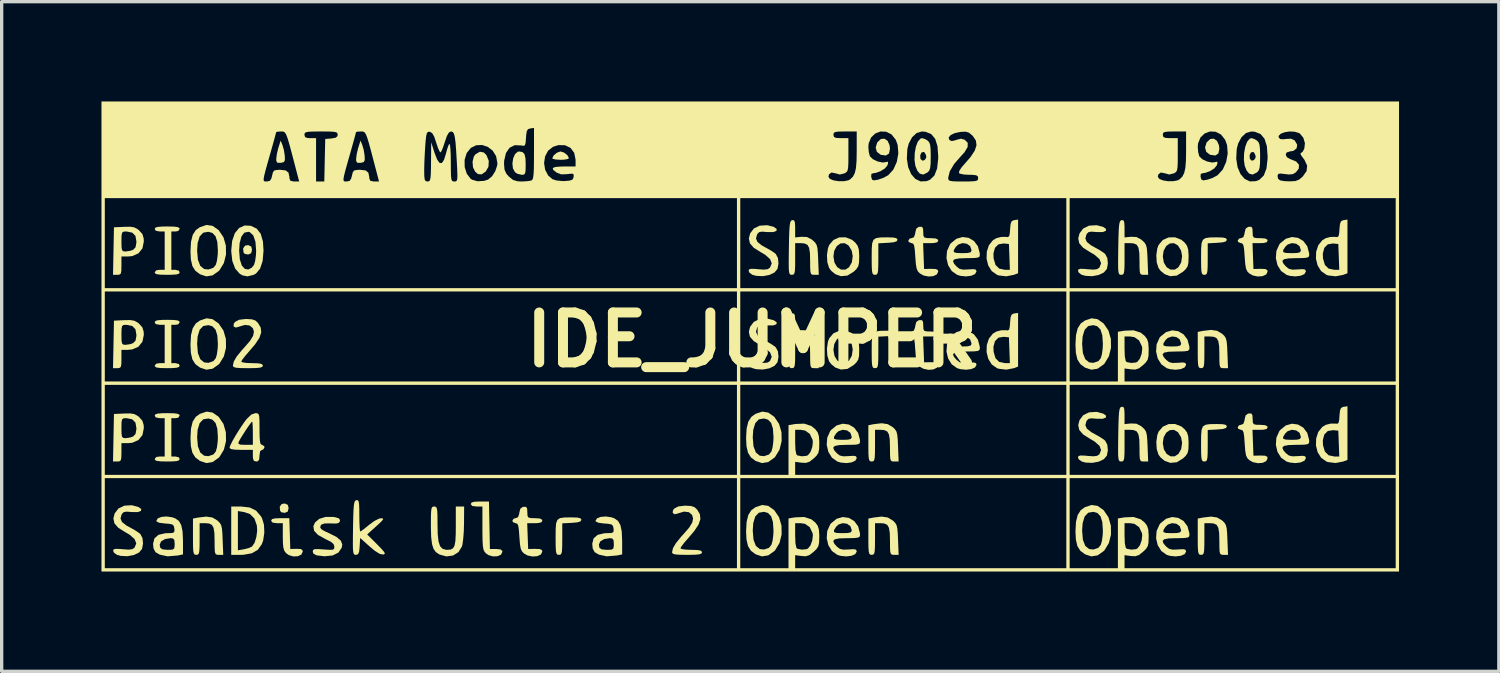
<source format=kicad_pcb>
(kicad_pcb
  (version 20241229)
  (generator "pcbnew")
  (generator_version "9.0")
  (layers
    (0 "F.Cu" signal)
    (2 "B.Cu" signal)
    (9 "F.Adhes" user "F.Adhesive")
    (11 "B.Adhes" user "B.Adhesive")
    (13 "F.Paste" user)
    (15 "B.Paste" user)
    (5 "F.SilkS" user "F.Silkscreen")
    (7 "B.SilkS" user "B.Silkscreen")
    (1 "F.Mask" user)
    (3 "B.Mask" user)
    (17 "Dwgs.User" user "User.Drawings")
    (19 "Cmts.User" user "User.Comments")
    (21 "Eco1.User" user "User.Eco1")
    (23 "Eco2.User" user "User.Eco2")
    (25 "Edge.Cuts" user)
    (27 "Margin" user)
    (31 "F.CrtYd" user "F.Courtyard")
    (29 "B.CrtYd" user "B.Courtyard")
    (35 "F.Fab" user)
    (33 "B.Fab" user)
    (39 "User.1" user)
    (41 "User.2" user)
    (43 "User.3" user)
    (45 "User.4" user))
  (footprint "IDE_JUMPER"
    (layer "F.Cu")
    (at 19.55 7.164)
    (property "Reference" "IDE_JUMPER" (at 0 0 0) (layer "F.SilkS") (effects (font (size 1.5 1.5) (thickness 0.3))))
    (attr board_only exclude_from_pos_files exclude_from_bom)
    (fp_poly (pts (xy -15.048 -2.803) (xy -15.025 -2.705) (xy -15.052 -2.602) (xy -15.138 -2.564) (xy -15.243 -2.582) (xy -15.281 -2.627) (xy -15.292 -2.751) (xy -15.232 -2.832) (xy -15.138 -2.847)) (stroke (width 0) (type solid)) (fill yes) (layer "F.SilkS"))
    (fp_poly (pts (xy -13.948 4.962) (xy -13.925 5.06) (xy -13.952 5.163) (xy -14.038 5.201) (xy -14.143 5.183) (xy -14.181 5.139) (xy -14.192 5.015) (xy -14.132 4.934) (xy -14.038 4.919)) (stroke (width 0) (type solid)) (fill yes) (layer "F.SilkS"))
    (fp_poly (pts (xy -8.056 -5.63) (xy -7.978 -5.55) (xy -7.909 -5.379) (xy -7.918 -5.202) (xy -8 -5.06) (xy -8.123 -4.973) (xy -8.232 -4.981) (xy -8.317 -5.051) (xy -8.383 -5.185) (xy -8.397 -5.351) (xy -8.36 -5.506) (xy -8.309 -5.578) (xy -8.176 -5.654)) (stroke (width 0) (type solid)) (fill yes) (layer "F.SilkS"))
    (fp_poly (pts (xy 4.078 -5.981) (xy 4.138 -5.849) (xy 4.15 -5.739) (xy 4.119 -5.599) (xy 4.028 -5.54) (xy 3.878 -5.561) (xy 3.865 -5.565) (xy 3.755 -5.651) (xy 3.72 -5.782) (xy 3.766 -5.93) (xy 3.772 -5.939) (xy 3.875 -6.036) (xy 3.984 -6.046)) (stroke (width 0) (type solid)) (fill yes) (layer "F.SilkS"))
    (fp_poly (pts (xy 13.978 -5.981) (xy 14.038 -5.849) (xy 14.05 -5.739) (xy 14.019 -5.599) (xy 13.928 -5.54) (xy 13.778 -5.561) (xy 13.765 -5.565) (xy 13.655 -5.651) (xy 13.62 -5.782) (xy 13.666 -5.93) (xy 13.672 -5.939) (xy 13.775 -6.036) (xy 13.884 -6.046)) (stroke (width 0) (type solid)) (fill yes) (layer "F.SilkS"))
    (fp_poly (pts (xy -5.645 -5.628) (xy -5.548 -5.551) (xy -5.5 -5.464) (xy -5.5 -5.457) (xy -5.545 -5.431) (xy -5.66 -5.414) (xy -5.75 -5.411) (xy -5.893 -5.419) (xy -5.983 -5.44) (xy -6 -5.457) (xy -5.959 -5.543) (xy -5.864 -5.622) (xy -5.759 -5.661) (xy -5.75 -5.661)) (stroke (width 0) (type solid)) (fill yes) (layer "F.SilkS"))
    (fp_poly (pts (xy -14.11 -5.853) (xy -14.068 -5.709) (xy -14.041 -5.54) (xy -14.04 -5.527) (xy -14.037 -5.401) (xy -14.068 -5.343) (xy -14.15 -5.321) (xy -14.162 -5.32) (xy -14.261 -5.321) (xy -14.295 -5.375) (xy -14.296 -5.445) (xy -14.278 -5.586) (xy -14.238 -5.755) (xy -14.228 -5.786) (xy -14.165 -5.987)) (stroke (width 0) (type solid)) (fill yes) (layer "F.SilkS"))
    (fp_poly (pts (xy -11.71 -5.853) (xy -11.668 -5.709) (xy -11.641 -5.54) (xy -11.64 -5.527) (xy -11.637 -5.401) (xy -11.668 -5.343) (xy -11.75 -5.321) (xy -11.762 -5.32) (xy -11.861 -5.321) (xy -11.895 -5.375) (xy -11.896 -5.445) (xy -11.878 -5.586) (xy -11.838 -5.755) (xy -11.828 -5.786) (xy -11.765 -5.987)) (stroke (width 0) (type solid)) (fill yes) (layer "F.SilkS"))
    (fp_poly (pts (xy -6.897 -5.644) (xy -6.835 -5.581) (xy -6.806 -5.452) (xy -6.8 -5.28) (xy -6.802 -5.107) (xy -6.815 -5.011) (xy -6.847 -4.969) (xy -6.907 -4.96) (xy -6.921 -4.96) (xy -7.05 -4.991) (xy -7.121 -5.038) (xy -7.183 -5.152) (xy -7.199 -5.302) (xy -7.175 -5.456) (xy -7.119 -5.584) (xy -7.035 -5.655) (xy -7.001 -5.661)) (stroke (width 0) (type solid)) (fill yes) (layer "F.SilkS"))
    (fp_poly (pts (xy -13.889 5.824) (xy -13.875 6.287) (xy -13.688 6.282) (xy -13.56 6.288) (xy -13.507 6.325) (xy -13.5 6.364) (xy -13.541 6.454) (xy -13.645 6.504) (xy -13.781 6.511) (xy -13.918 6.471) (xy -14 6.413) (xy -14.052 6.344) (xy -14.083 6.249) (xy -14.097 6.103) (xy -14.1 5.912) (xy -14.1 5.511) (xy -14.275 5.511) (xy -14.404 5.495) (xy -14.45 5.443) (xy -14.45 5.436) (xy -14.425 5.39) (xy -14.338 5.367) (xy -14.177 5.361) (xy -13.904 5.361)) (stroke (width 0) (type solid)) (fill yes) (layer "F.SilkS"))
    (fp_poly (pts (xy -7.889 5.573) (xy -7.875 6.287) (xy -7.687 6.287) (xy -7.557 6.3) (xy -7.504 6.342) (xy -7.5 6.37) (xy -7.541 6.457) (xy -7.645 6.504) (xy -7.781 6.51) (xy -7.917 6.471) (xy -8 6.413) (xy -8.041 6.362) (xy -8.07 6.295) (xy -8.087 6.193) (xy -8.096 6.038) (xy -8.1 5.811) (xy -8.1 5.661) (xy -8.1 5.01) (xy -8.275 5.01) (xy -8.404 4.994) (xy -8.45 4.942) (xy -8.45 4.935) (xy -8.425 4.889) (xy -8.338 4.866) (xy -8.176 4.86) (xy -7.903 4.86)) (stroke (width 0) (type solid)) (fill yes) (layer "F.SilkS"))
    (fp_poly (pts (xy -5.251 5.342) (xy -5.158 5.362) (xy -5.126 5.401) (xy -5.125 5.411) (xy -5.153 5.457) (xy -5.247 5.486) (xy -5.412 5.501) (xy -5.7 5.516) (xy -5.7 5.989) (xy -5.702 6.21) (xy -5.709 6.349) (xy -5.726 6.425) (xy -5.756 6.457) (xy -5.8 6.463) (xy -5.845 6.456) (xy -5.873 6.425) (xy -5.89 6.35) (xy -5.898 6.216) (xy -5.9 6.003) (xy -5.9 5.935) (xy -5.898 5.683) (xy -5.885 5.514) (xy -5.846 5.412) (xy -5.769 5.359) (xy -5.64 5.34) (xy -5.446 5.337) (xy -5.425 5.337)) (stroke (width 0) (type solid)) (fill yes) (layer "F.SilkS"))
    (fp_poly (pts (xy 4.249 -3.075) (xy 4.342 -3.055) (xy 4.374 -3.015) (xy 4.375 -3.006) (xy 4.347 -2.959) (xy 4.253 -2.931) (xy 4.088 -2.916) (xy 3.8 -2.901) (xy 3.8 -2.427) (xy 3.798 -2.207) (xy 3.791 -2.068) (xy 3.774 -1.992) (xy 3.744 -1.96) (xy 3.7 -1.954) (xy 3.655 -1.96) (xy 3.627 -1.992) (xy 3.61 -2.066) (xy 3.602 -2.201) (xy 3.6 -2.413) (xy 3.6 -2.481) (xy 3.602 -2.734) (xy 3.615 -2.903) (xy 3.654 -3.005) (xy 3.731 -3.057) (xy 3.86 -3.077) (xy 4.054 -3.08) (xy 4.075 -3.08)) (stroke (width 0) (type solid)) (fill yes) (layer "F.SilkS"))
    (fp_poly (pts (xy 4.249 -0.269) (xy 4.342 -0.249) (xy 4.374 -0.21) (xy 4.375 -0.2) (xy 4.347 -0.154) (xy 4.253 -0.125) (xy 4.088 -0.11) (xy 3.8 -0.095) (xy 3.8 0.378) (xy 3.798 0.599) (xy 3.791 0.738) (xy 3.774 0.814) (xy 3.744 0.846) (xy 3.7 0.852) (xy 3.655 0.845) (xy 3.627 0.814) (xy 3.61 0.739) (xy 3.602 0.605) (xy 3.6 0.392) (xy 3.6 0.324) (xy 3.602 0.072) (xy 3.615 -0.097) (xy 3.654 -0.199) (xy 3.731 -0.252) (xy 3.86 -0.271) (xy 4.054 -0.274) (xy 4.075 -0.274)) (stroke (width 0) (type solid)) (fill yes) (layer "F.SilkS"))
    (fp_poly (pts (xy 14.149 -3.075) (xy 14.242 -3.055) (xy 14.274 -3.015) (xy 14.275 -3.006) (xy 14.247 -2.959) (xy 14.153 -2.931) (xy 13.988 -2.916) (xy 13.7 -2.901) (xy 13.7 -2.427) (xy 13.698 -2.207) (xy 13.691 -2.068) (xy 13.674 -1.992) (xy 13.644 -1.96) (xy 13.6 -1.954) (xy 13.555 -1.96) (xy 13.527 -1.992) (xy 13.51 -2.066) (xy 13.502 -2.201) (xy 13.5 -2.413) (xy 13.5 -2.481) (xy 13.502 -2.734) (xy 13.515 -2.903) (xy 13.554 -3.005) (xy 13.631 -3.057) (xy 13.76 -3.077) (xy 13.954 -3.08) (xy 13.975 -3.08)) (stroke (width 0) (type solid)) (fill yes) (layer "F.SilkS"))
    (fp_poly (pts (xy 14.149 2.536) (xy 14.242 2.556) (xy 14.274 2.596) (xy 14.275 2.605) (xy 14.247 2.652) (xy 14.153 2.68) (xy 13.988 2.695) (xy 13.7 2.71) (xy 13.7 3.184) (xy 13.698 3.404) (xy 13.691 3.543) (xy 13.674 3.619) (xy 13.644 3.651) (xy 13.6 3.657) (xy 13.555 3.651) (xy 13.527 3.619) (xy 13.51 3.545) (xy 13.502 3.41) (xy 13.5 3.198) (xy 13.5 3.13) (xy 13.502 2.877) (xy 13.515 2.709) (xy 13.554 2.606) (xy 13.631 2.554) (xy 13.76 2.534) (xy 13.954 2.531) (xy 13.975 2.531)) (stroke (width 0) (type solid)) (fill yes) (layer "F.SilkS"))
    (fp_poly (pts (xy -17.377 -3.403) (xy -17.261 -3.389) (xy -17.209 -3.36) (xy -17.2 -3.332) (xy -17.243 -3.271) (xy -17.325 -3.256) (xy -17.45 -3.256) (xy -17.45 -2.68) (xy -17.45 -2.104) (xy -17.325 -2.104) (xy -17.224 -2.078) (xy -17.2 -2.029) (xy -17.22 -1.989) (xy -17.291 -1.966) (xy -17.431 -1.956) (xy -17.575 -1.954) (xy -17.773 -1.958) (xy -17.889 -1.972) (xy -17.941 -2) (xy -17.95 -2.029) (xy -17.905 -2.089) (xy -17.8 -2.104) (xy -17.65 -2.104) (xy -17.65 -2.68) (xy -17.65 -3.256) (xy -17.8 -3.256) (xy -17.919 -3.279) (xy -17.95 -3.332) (xy -17.93 -3.371) (xy -17.859 -3.394) (xy -17.719 -3.405) (xy -17.575 -3.407)) (stroke (width 0) (type solid)) (fill yes) (layer "F.SilkS"))
    (fp_poly (pts (xy -17.377 -0.597) (xy -17.261 -0.583) (xy -17.209 -0.555) (xy -17.2 -0.526) (xy -17.243 -0.466) (xy -17.325 -0.451) (xy -17.45 -0.451) (xy -17.45 0.125) (xy -17.45 0.701) (xy -17.325 0.701) (xy -17.224 0.728) (xy -17.2 0.777) (xy -17.22 0.816) (xy -17.291 0.839) (xy -17.431 0.85) (xy -17.575 0.852) (xy -17.773 0.848) (xy -17.889 0.834) (xy -17.941 0.805) (xy -17.95 0.777) (xy -17.905 0.717) (xy -17.8 0.701) (xy -17.65 0.701) (xy -17.65 0.125) (xy -17.65 -0.451) (xy -17.8 -0.451) (xy -17.919 -0.473) (xy -17.95 -0.526) (xy -17.93 -0.566) (xy -17.859 -0.589) (xy -17.719 -0.599) (xy -17.575 -0.601)) (stroke (width 0) (type solid)) (fill yes) (layer "F.SilkS"))
    (fp_poly (pts (xy -17.377 2.208) (xy -17.261 2.223) (xy -17.209 2.251) (xy -17.2 2.279) (xy -17.243 2.34) (xy -17.325 2.355) (xy -17.45 2.355) (xy -17.45 2.931) (xy -17.45 3.507) (xy -17.325 3.507) (xy -17.224 3.533) (xy -17.2 3.582) (xy -17.22 3.622) (xy -17.291 3.645) (xy -17.431 3.655) (xy -17.575 3.657) (xy -17.773 3.653) (xy -17.889 3.639) (xy -17.941 3.611) (xy -17.95 3.582) (xy -17.905 3.522) (xy -17.8 3.507) (xy -17.65 3.507) (xy -17.65 2.931) (xy -17.65 2.355) (xy -17.8 2.355) (xy -17.919 2.332) (xy -17.95 2.279) (xy -17.93 2.24) (xy -17.859 2.217) (xy -17.719 2.206) (xy -17.575 2.204)) (stroke (width 0) (type solid)) (fill yes) (layer "F.SilkS"))
    (fp_poly (pts (xy -15.098 5.039) (xy -14.905 5.132) (xy -14.759 5.3) (xy -14.724 5.362) (xy -14.666 5.558) (xy -14.655 5.795) (xy -14.69 6.029) (xy -14.732 6.144) (xy -14.854 6.314) (xy -15.035 6.417) (xy -15.285 6.461) (xy -15.373 6.463) (xy -15.65 6.463) (xy -15.65 5.736) (xy -15.65 5.147) (xy -15.45 5.147) (xy -15.45 5.736) (xy -15.45 6.326) (xy -15.271 6.296) (xy -15.13 6.261) (xy -15.027 6.214) (xy -15.021 6.209) (xy -14.948 6.099) (xy -14.895 5.929) (xy -14.87 5.739) (xy -14.879 5.584) (xy -14.953 5.371) (xy -15.087 5.237) (xy -15.262 5.177) (xy -15.45 5.147) (xy -15.65 5.147) (xy -15.65 5.01) (xy -15.357 5.01)) (stroke (width 0) (type solid)) (fill yes) (layer "F.SilkS"))
    (fp_poly (pts (xy 5.205 -6.034) (xy 5.278 -5.991) (xy 5.327 -5.94) (xy 5.357 -5.861) (xy 5.371 -5.731) (xy 5.375 -5.525) (xy 5.375 -5.511) (xy 5.372 -5.3) (xy 5.358 -5.166) (xy 5.329 -5.085) (xy 5.281 -5.033) (xy 5.278 -5.031) (xy 5.15 -4.967) (xy 5.048 -4.994) (xy 4.971 -5.084) (xy 4.912 -5.23) (xy 4.887 -5.415) (xy 4.892 -5.549) (xy 5.059 -5.549) (xy 5.065 -5.445) (xy 5.068 -5.437) (xy 5.122 -5.385) (xy 5.19 -5.402) (xy 5.237 -5.47) (xy 5.24 -5.526) (xy 5.201 -5.619) (xy 5.163 -5.649) (xy 5.097 -5.629) (xy 5.059 -5.549) (xy 4.892 -5.549) (xy 4.894 -5.614) (xy 4.928 -5.802) (xy 4.985 -5.954) (xy 5.063 -6.046) (xy 5.117 -6.062)) (stroke (width 0) (type solid)) (fill yes) (layer "F.SilkS"))
    (fp_poly (pts (xy 15.105 -6.034) (xy 15.178 -5.991) (xy 15.227 -5.94) (xy 15.257 -5.861) (xy 15.271 -5.731) (xy 15.275 -5.525) (xy 15.275 -5.511) (xy 15.272 -5.3) (xy 15.258 -5.166) (xy 15.229 -5.085) (xy 15.181 -5.033) (xy 15.178 -5.031) (xy 15.05 -4.967) (xy 14.948 -4.994) (xy 14.871 -5.084) (xy 14.812 -5.23) (xy 14.787 -5.415) (xy 14.792 -5.549) (xy 14.959 -5.549) (xy 14.965 -5.445) (xy 14.968 -5.437) (xy 15.022 -5.385) (xy 15.09 -5.402) (xy 15.137 -5.47) (xy 15.14 -5.526) (xy 15.101 -5.619) (xy 15.063 -5.649) (xy 14.997 -5.629) (xy 14.959 -5.549) (xy 14.792 -5.549) (xy 14.794 -5.614) (xy 14.828 -5.802) (xy 14.885 -5.954) (xy 14.963 -6.046) (xy 15.017 -6.062)) (stroke (width 0) (type solid)) (fill yes) (layer "F.SilkS"))
    (fp_poly (pts (xy -16.218 5.34) (xy -16.069 5.428) (xy -16.065 5.431) (xy -15.998 5.496) (xy -15.955 5.565) (xy -15.93 5.665) (xy -15.916 5.819) (xy -15.908 6.007) (xy -15.89 6.463) (xy -16.02 6.463) (xy -16.084 6.459) (xy -16.122 6.435) (xy -16.142 6.371) (xy -16.149 6.246) (xy -16.15 6.047) (xy -16.156 5.808) (xy -16.181 5.651) (xy -16.232 5.561) (xy -16.32 5.52) (xy -16.435 5.511) (xy -16.6 5.511) (xy -16.6 5.987) (xy -16.602 6.208) (xy -16.609 6.348) (xy -16.625 6.424) (xy -16.655 6.456) (xy -16.7 6.463) (xy -16.744 6.456) (xy -16.773 6.425) (xy -16.79 6.353) (xy -16.798 6.221) (xy -16.8 6.012) (xy -16.8 5.918) (xy -16.8 5.373) (xy -16.644 5.342) (xy -16.401 5.313)) (stroke (width 0) (type solid)) (fill yes) (layer "F.SilkS"))
    (fp_poly (pts (xy 4.082 2.535) (xy 4.231 2.623) (xy 4.235 2.626) (xy 4.302 2.69) (xy 4.345 2.76) (xy 4.37 2.859) (xy 4.384 3.013) (xy 4.392 3.202) (xy 4.41 3.657) (xy 4.28 3.657) (xy 4.216 3.654) (xy 4.178 3.63) (xy 4.158 3.565) (xy 4.151 3.44) (xy 4.15 3.241) (xy 4.144 3.002) (xy 4.119 2.846) (xy 4.068 2.755) (xy 3.98 2.714) (xy 3.865 2.705) (xy 3.7 2.705) (xy 3.7 3.181) (xy 3.698 3.402) (xy 3.691 3.542) (xy 3.675 3.619) (xy 3.645 3.651) (xy 3.6 3.657) (xy 3.556 3.651) (xy 3.527 3.62) (xy 3.51 3.547) (xy 3.502 3.415) (xy 3.5 3.207) (xy 3.5 3.112) (xy 3.5 2.568) (xy 3.656 2.536) (xy 3.899 2.507)) (stroke (width 0) (type solid)) (fill yes) (layer "F.SilkS"))
    (fp_poly (pts (xy 4.082 5.34) (xy 4.231 5.428) (xy 4.235 5.431) (xy 4.302 5.496) (xy 4.345 5.565) (xy 4.37 5.665) (xy 4.384 5.819) (xy 4.392 6.007) (xy 4.41 6.463) (xy 4.28 6.463) (xy 4.216 6.459) (xy 4.178 6.435) (xy 4.158 6.371) (xy 4.151 6.246) (xy 4.15 6.047) (xy 4.144 5.808) (xy 4.119 5.651) (xy 4.068 5.561) (xy 3.98 5.52) (xy 3.865 5.511) (xy 3.7 5.511) (xy 3.7 5.987) (xy 3.698 6.208) (xy 3.691 6.348) (xy 3.675 6.424) (xy 3.645 6.456) (xy 3.6 6.463) (xy 3.556 6.456) (xy 3.527 6.425) (xy 3.51 6.353) (xy 3.502 6.221) (xy 3.5 6.012) (xy 3.5 5.918) (xy 3.5 5.373) (xy 3.656 5.342) (xy 3.899 5.313)) (stroke (width 0) (type solid)) (fill yes) (layer "F.SilkS"))
    (fp_poly (pts (xy 13.982 -0.271) (xy 14.131 -0.183) (xy 14.135 -0.18) (xy 14.202 -0.115) (xy 14.245 -0.046) (xy 14.27 0.054) (xy 14.284 0.208) (xy 14.292 0.396) (xy 14.31 0.852) (xy 14.18 0.852) (xy 14.116 0.848) (xy 14.078 0.824) (xy 14.058 0.76) (xy 14.051 0.635) (xy 14.05 0.436) (xy 14.044 0.196) (xy 14.019 0.04) (xy 13.968 -0.05) (xy 13.88 -0.091) (xy 13.765 -0.1) (xy 13.6 -0.1) (xy 13.6 0.376) (xy 13.598 0.597) (xy 13.591 0.737) (xy 13.575 0.813) (xy 13.545 0.845) (xy 13.5 0.852) (xy 13.456 0.845) (xy 13.427 0.814) (xy 13.41 0.742) (xy 13.402 0.61) (xy 13.4 0.401) (xy 13.4 0.307) (xy 13.4 -0.238) (xy 13.556 -0.269) (xy 13.799 -0.298)) (stroke (width 0) (type solid)) (fill yes) (layer "F.SilkS"))
    (fp_poly (pts (xy 13.982 5.34) (xy 14.131 5.428) (xy 14.135 5.431) (xy 14.202 5.496) (xy 14.245 5.565) (xy 14.27 5.665) (xy 14.284 5.819) (xy 14.292 6.007) (xy 14.31 6.463) (xy 14.18 6.463) (xy 14.116 6.459) (xy 14.078 6.435) (xy 14.058 6.371) (xy 14.051 6.246) (xy 14.05 6.047) (xy 14.044 5.808) (xy 14.019 5.651) (xy 13.968 5.561) (xy 13.88 5.52) (xy 13.765 5.511) (xy 13.6 5.511) (xy 13.6 5.987) (xy 13.598 6.208) (xy 13.591 6.348) (xy 13.575 6.424) (xy 13.545 6.456) (xy 13.5 6.463) (xy 13.456 6.456) (xy 13.427 6.425) (xy 13.41 6.353) (xy 13.402 6.221) (xy 13.4 6.012) (xy 13.4 5.918) (xy 13.4 5.373) (xy 13.556 5.342) (xy 13.799 5.313)) (stroke (width 0) (type solid)) (fill yes) (layer "F.SilkS"))
    (fp_poly (pts (xy -15.062 -3.427) (xy -14.884 -3.342) (xy -14.764 -3.187) (xy -14.697 -2.955) (xy -14.679 -2.682) (xy -14.706 -2.37) (xy -14.783 -2.138) (xy -14.908 -1.99) (xy -14.981 -1.952) (xy -15.162 -1.907) (xy -15.311 -1.937) (xy -15.394 -1.985) (xy -15.531 -2.14) (xy -15.618 -2.371) (xy -15.65 -2.663) (xy -15.65 -2.68) (xy -15.412 -2.68) (xy -15.392 -2.42) (xy -15.333 -2.234) (xy -15.24 -2.131) (xy -15.136 -2.114) (xy -15.034 -2.167) (xy -14.964 -2.254) (xy -14.93 -2.373) (xy -14.907 -2.547) (xy -14.901 -2.68) (xy -14.923 -2.951) (xy -14.986 -3.136) (xy -15.089 -3.234) (xy -15.136 -3.247) (xy -15.256 -3.22) (xy -15.344 -3.103) (xy -15.398 -2.906) (xy -15.412 -2.68) (xy -15.65 -2.68) (xy -15.622 -2.975) (xy -15.541 -3.205) (xy -15.414 -3.361) (xy -15.247 -3.437)) (stroke (width 0) (type solid)) (fill yes) (layer "F.SilkS"))
    (fp_poly (pts (xy 3.004 -3.009) (xy 3.106 -2.924) (xy 3.177 -2.829) (xy 3.213 -2.715) (xy 3.225 -2.546) (xy 3.225 -2.497) (xy 3.22 -2.322) (xy 3.196 -2.21) (xy 3.139 -2.124) (xy 3.062 -2.05) (xy 2.871 -1.931) (xy 2.675 -1.913) (xy 2.506 -1.974) (xy 2.387 -2.071) (xy 2.32 -2.16) (xy 2.267 -2.33) (xy 2.257 -2.505) (xy 2.45 -2.505) (xy 2.482 -2.32) (xy 2.564 -2.184) (xy 2.68 -2.11) (xy 2.809 -2.11) (xy 2.917 -2.179) (xy 3.003 -2.327) (xy 3.03 -2.516) (xy 2.999 -2.683) (xy 2.905 -2.836) (xy 2.787 -2.905) (xy 2.662 -2.897) (xy 2.552 -2.819) (xy 2.475 -2.677) (xy 2.45 -2.505) (xy 2.257 -2.505) (xy 2.255 -2.543) (xy 2.285 -2.75) (xy 2.323 -2.851) (xy 2.45 -3) (xy 2.623 -3.078) (xy 2.816 -3.082)) (stroke (width 0) (type solid)) (fill yes) (layer "F.SilkS"))
    (fp_poly (pts (xy 3.004 -0.203) (xy 3.106 -0.119) (xy 3.177 -0.024) (xy 3.213 0.09) (xy 3.225 0.26) (xy 3.225 0.309) (xy 3.22 0.483) (xy 3.196 0.595) (xy 3.139 0.681) (xy 3.062 0.756) (xy 2.871 0.874) (xy 2.675 0.893) (xy 2.506 0.832) (xy 2.387 0.734) (xy 2.32 0.646) (xy 2.267 0.475) (xy 2.257 0.301) (xy 2.45 0.301) (xy 2.482 0.485) (xy 2.564 0.621) (xy 2.68 0.696) (xy 2.809 0.695) (xy 2.917 0.627) (xy 3.003 0.479) (xy 3.03 0.29) (xy 2.999 0.122) (xy 2.905 -0.03) (xy 2.787 -0.099) (xy 2.662 -0.092) (xy 2.552 -0.014) (xy 2.475 0.129) (xy 2.45 0.301) (xy 2.257 0.301) (xy 2.255 0.262) (xy 2.285 0.056) (xy 2.323 -0.046) (xy 2.45 -0.195) (xy 2.623 -0.272) (xy 2.816 -0.276)) (stroke (width 0) (type solid)) (fill yes) (layer "F.SilkS"))
    (fp_poly (pts (xy 8 -2.808) (xy 8 -2.001) (xy 7.872 -1.953) (xy 7.645 -1.909) (xy 7.417 -1.936) (xy 7.369 -1.953) (xy 7.208 -2.066) (xy 7.103 -2.236) (xy 7.053 -2.438) (xy 7.058 -2.593) (xy 7.259 -2.593) (xy 7.265 -2.443) (xy 7.322 -2.251) (xy 7.433 -2.141) (xy 7.607 -2.104) (xy 7.612 -2.104) (xy 7.754 -2.104) (xy 7.74 -2.492) (xy 7.725 -2.881) (xy 7.566 -2.896) (xy 7.41 -2.87) (xy 7.305 -2.766) (xy 7.259 -2.593) (xy 7.058 -2.593) (xy 7.06 -2.649) (xy 7.123 -2.842) (xy 7.244 -2.993) (xy 7.347 -3.055) (xy 7.494 -3.093) (xy 7.622 -3.094) (xy 7.695 -3.088) (xy 7.734 -3.119) (xy 7.752 -3.212) (xy 7.76 -3.326) (xy 7.775 -3.48) (xy 7.804 -3.56) (xy 7.861 -3.593) (xy 7.888 -3.598) (xy 8 -3.614)) (stroke (width 0) (type solid)) (fill yes) (layer "F.SilkS"))
    (fp_poly (pts (xy 8 -0.002) (xy 8 0.804) (xy 7.872 0.853) (xy 7.645 0.896) (xy 7.417 0.869) (xy 7.369 0.853) (xy 7.208 0.74) (xy 7.103 0.569) (xy 7.053 0.367) (xy 7.058 0.213) (xy 7.259 0.213) (xy 7.265 0.363) (xy 7.322 0.554) (xy 7.433 0.665) (xy 7.607 0.701) (xy 7.612 0.701) (xy 7.754 0.701) (xy 7.74 0.313) (xy 7.725 -0.075) (xy 7.566 -0.091) (xy 7.41 -0.065) (xy 7.305 0.04) (xy 7.259 0.213) (xy 7.058 0.213) (xy 7.06 0.157) (xy 7.123 -0.036) (xy 7.244 -0.188) (xy 7.347 -0.249) (xy 7.494 -0.287) (xy 7.622 -0.289) (xy 7.695 -0.282) (xy 7.734 -0.314) (xy 7.752 -0.407) (xy 7.76 -0.521) (xy 7.775 -0.675) (xy 7.804 -0.755) (xy 7.861 -0.788) (xy 7.888 -0.793) (xy 8 -0.809)) (stroke (width 0) (type solid)) (fill yes) (layer "F.SilkS"))
    (fp_poly (pts (xy 12.904 -3.009) (xy 13.006 -2.924) (xy 13.077 -2.829) (xy 13.113 -2.715) (xy 13.125 -2.546) (xy 13.125 -2.497) (xy 13.12 -2.322) (xy 13.096 -2.21) (xy 13.039 -2.124) (xy 12.962 -2.05) (xy 12.771 -1.931) (xy 12.575 -1.913) (xy 12.406 -1.974) (xy 12.287 -2.071) (xy 12.22 -2.16) (xy 12.167 -2.33) (xy 12.157 -2.505) (xy 12.35 -2.505) (xy 12.382 -2.32) (xy 12.464 -2.184) (xy 12.58 -2.11) (xy 12.709 -2.11) (xy 12.817 -2.179) (xy 12.903 -2.327) (xy 12.93 -2.516) (xy 12.899 -2.683) (xy 12.805 -2.836) (xy 12.687 -2.905) (xy 12.562 -2.897) (xy 12.452 -2.819) (xy 12.375 -2.677) (xy 12.35 -2.505) (xy 12.157 -2.505) (xy 12.155 -2.543) (xy 12.185 -2.75) (xy 12.223 -2.851) (xy 12.35 -3) (xy 12.523 -3.078) (xy 12.716 -3.082)) (stroke (width 0) (type solid)) (fill yes) (layer "F.SilkS"))
    (fp_poly (pts (xy 12.904 2.602) (xy 13.006 2.687) (xy 13.077 2.782) (xy 13.113 2.896) (xy 13.125 3.065) (xy 13.125 3.114) (xy 13.12 3.289) (xy 13.096 3.401) (xy 13.039 3.487) (xy 12.962 3.561) (xy 12.771 3.68) (xy 12.575 3.698) (xy 12.406 3.637) (xy 12.287 3.54) (xy 12.22 3.451) (xy 12.167 3.281) (xy 12.157 3.106) (xy 12.35 3.106) (xy 12.382 3.291) (xy 12.464 3.427) (xy 12.58 3.501) (xy 12.709 3.501) (xy 12.817 3.432) (xy 12.903 3.284) (xy 12.93 3.095) (xy 12.899 2.928) (xy 12.805 2.775) (xy 12.687 2.706) (xy 12.562 2.714) (xy 12.452 2.792) (xy 12.375 2.934) (xy 12.35 3.106) (xy 12.157 3.106) (xy 12.155 3.068) (xy 12.185 2.861) (xy 12.223 2.76) (xy 12.35 2.611) (xy 12.523 2.533) (xy 12.716 2.529)) (stroke (width 0) (type solid)) (fill yes) (layer "F.SilkS"))
    (fp_poly (pts (xy 17.9 -2.808) (xy 17.9 -2.001) (xy 17.772 -1.953) (xy 17.545 -1.909) (xy 17.317 -1.936) (xy 17.269 -1.953) (xy 17.108 -2.066) (xy 17.003 -2.236) (xy 16.953 -2.438) (xy 16.958 -2.593) (xy 17.159 -2.593) (xy 17.165 -2.443) (xy 17.222 -2.251) (xy 17.333 -2.141) (xy 17.507 -2.104) (xy 17.512 -2.104) (xy 17.654 -2.104) (xy 17.64 -2.492) (xy 17.625 -2.881) (xy 17.466 -2.896) (xy 17.31 -2.87) (xy 17.205 -2.766) (xy 17.159 -2.593) (xy 16.958 -2.593) (xy 16.96 -2.649) (xy 17.023 -2.842) (xy 17.144 -2.993) (xy 17.247 -3.055) (xy 17.394 -3.093) (xy 17.522 -3.094) (xy 17.595 -3.088) (xy 17.634 -3.119) (xy 17.652 -3.212) (xy 17.66 -3.326) (xy 17.675 -3.48) (xy 17.704 -3.56) (xy 17.761 -3.593) (xy 17.788 -3.598) (xy 17.9 -3.614)) (stroke (width 0) (type solid)) (fill yes) (layer "F.SilkS"))
    (fp_poly (pts (xy 17.9 2.803) (xy 17.9 3.61) (xy 17.772 3.658) (xy 17.545 3.702) (xy 17.317 3.675) (xy 17.269 3.658) (xy 17.108 3.545) (xy 17.003 3.375) (xy 16.953 3.173) (xy 16.958 3.018) (xy 17.159 3.018) (xy 17.165 3.168) (xy 17.222 3.36) (xy 17.333 3.47) (xy 17.507 3.507) (xy 17.512 3.507) (xy 17.654 3.507) (xy 17.64 3.119) (xy 17.625 2.73) (xy 17.466 2.715) (xy 17.31 2.741) (xy 17.205 2.845) (xy 17.159 3.018) (xy 16.958 3.018) (xy 16.96 2.962) (xy 17.023 2.769) (xy 17.144 2.618) (xy 17.247 2.556) (xy 17.394 2.518) (xy 17.522 2.517) (xy 17.595 2.523) (xy 17.634 2.492) (xy 17.652 2.399) (xy 17.66 2.285) (xy 17.675 2.131) (xy 17.704 2.051) (xy 17.761 2.018) (xy 17.788 2.013) (xy 17.9 1.997)) (stroke (width 0) (type solid)) (fill yes) (layer "F.SilkS"))
    (fp_poly (pts (xy -16.21 -3.425) (xy -16.035 -3.302) (xy -16.024 -3.291) (xy -15.884 -3.084) (xy -15.811 -2.832) (xy -15.807 -2.564) (xy -15.871 -2.308) (xy -16.002 -2.093) (xy -16.026 -2.068) (xy -16.209 -1.938) (xy -16.399 -1.907) (xy -16.588 -1.97) (xy -16.728 -2.075) (xy -16.817 -2.216) (xy -16.863 -2.413) (xy -16.875 -2.66) (xy -16.874 -2.68) (xy -16.675 -2.68) (xy -16.652 -2.408) (xy -16.581 -2.224) (xy -16.464 -2.128) (xy -16.336 -2.114) (xy -16.187 -2.165) (xy -16.114 -2.254) (xy -16.08 -2.373) (xy -16.057 -2.547) (xy -16.051 -2.68) (xy -16.068 -2.939) (xy -16.122 -3.113) (xy -16.217 -3.213) (xy -16.336 -3.247) (xy -16.491 -3.221) (xy -16.599 -3.107) (xy -16.66 -2.906) (xy -16.675 -2.68) (xy -16.874 -2.68) (xy -16.859 -2.946) (xy -16.808 -3.153) (xy -16.715 -3.297) (xy -16.592 -3.386) (xy -16.39 -3.453)) (stroke (width 0) (type solid)) (fill yes) (layer "F.SilkS"))
    (fp_poly (pts (xy -16.21 -0.62) (xy -16.035 -0.496) (xy -16.024 -0.485) (xy -15.884 -0.279) (xy -15.811 -0.027) (xy -15.807 0.241) (xy -15.871 0.497) (xy -16.002 0.713) (xy -16.026 0.738) (xy -16.209 0.868) (xy -16.399 0.898) (xy -16.588 0.835) (xy -16.728 0.73) (xy -16.817 0.59) (xy -16.863 0.393) (xy -16.875 0.146) (xy -16.874 0.125) (xy -16.675 0.125) (xy -16.652 0.398) (xy -16.581 0.582) (xy -16.464 0.678) (xy -16.336 0.692) (xy -16.187 0.641) (xy -16.114 0.551) (xy -16.08 0.432) (xy -16.057 0.258) (xy -16.051 0.125) (xy -16.068 -0.133) (xy -16.122 -0.307) (xy -16.217 -0.407) (xy -16.336 -0.441) (xy -16.491 -0.415) (xy -16.599 -0.302) (xy -16.66 -0.1) (xy -16.675 0.125) (xy -16.874 0.125) (xy -16.859 -0.141) (xy -16.808 -0.347) (xy -16.715 -0.492) (xy -16.592 -0.58) (xy -16.39 -0.647)) (stroke (width 0) (type solid)) (fill yes) (layer "F.SilkS"))
    (fp_poly (pts (xy -16.21 2.186) (xy -16.035 2.309) (xy -16.024 2.32) (xy -15.884 2.527) (xy -15.811 2.779) (xy -15.807 3.047) (xy -15.871 3.303) (xy -16.002 3.518) (xy -16.026 3.543) (xy -16.209 3.673) (xy -16.399 3.704) (xy -16.588 3.641) (xy -16.728 3.536) (xy -16.817 3.395) (xy -16.863 3.198) (xy -16.875 2.951) (xy -16.874 2.931) (xy -16.675 2.931) (xy -16.652 3.203) (xy -16.581 3.387) (xy -16.464 3.483) (xy -16.336 3.497) (xy -16.187 3.447) (xy -16.114 3.357) (xy -16.08 3.238) (xy -16.057 3.064) (xy -16.051 2.931) (xy -16.068 2.672) (xy -16.122 2.498) (xy -16.217 2.399) (xy -16.336 2.364) (xy -16.491 2.39) (xy -16.599 2.504) (xy -16.66 2.705) (xy -16.675 2.931) (xy -16.874 2.931) (xy -16.859 2.665) (xy -16.808 2.458) (xy -16.715 2.314) (xy -16.592 2.225) (xy -16.39 2.158)) (stroke (width 0) (type solid)) (fill yes) (layer "F.SilkS"))
    (fp_poly (pts (xy 0.49 2.186) (xy 0.665 2.309) (xy 0.676 2.32) (xy 0.816 2.527) (xy 0.889 2.779) (xy 0.893 3.047) (xy 0.829 3.303) (xy 0.698 3.518) (xy 0.674 3.543) (xy 0.491 3.673) (xy 0.301 3.704) (xy 0.112 3.641) (xy -0.028 3.536) (xy -0.117 3.395) (xy -0.163 3.198) (xy -0.175 2.951) (xy -0.174 2.931) (xy 0.025 2.931) (xy 0.048 3.203) (xy 0.119 3.387) (xy 0.236 3.483) (xy 0.364 3.497) (xy 0.513 3.447) (xy 0.586 3.357) (xy 0.62 3.238) (xy 0.643 3.064) (xy 0.649 2.931) (xy 0.632 2.672) (xy 0.578 2.498) (xy 0.483 2.399) (xy 0.364 2.364) (xy 0.209 2.39) (xy 0.101 2.504) (xy 0.04 2.705) (xy 0.025 2.931) (xy -0.174 2.931) (xy -0.159 2.665) (xy -0.108 2.458) (xy -0.015 2.314) (xy 0.108 2.225) (xy 0.31 2.158)) (stroke (width 0) (type solid)) (fill yes) (layer "F.SilkS"))
    (fp_poly (pts (xy 0.49 4.991) (xy 0.665 5.115) (xy 0.676 5.126) (xy 0.816 5.333) (xy 0.889 5.584) (xy 0.893 5.852) (xy 0.829 6.108) (xy 0.698 6.324) (xy 0.674 6.349) (xy 0.491 6.479) (xy 0.301 6.509) (xy 0.112 6.446) (xy -0.028 6.342) (xy -0.117 6.201) (xy -0.163 6.004) (xy -0.175 5.757) (xy -0.174 5.736) (xy 0.025 5.736) (xy 0.048 6.009) (xy 0.119 6.193) (xy 0.236 6.289) (xy 0.364 6.303) (xy 0.513 6.252) (xy 0.586 6.162) (xy 0.62 6.043) (xy 0.643 5.869) (xy 0.649 5.736) (xy 0.632 5.478) (xy 0.578 5.304) (xy 0.483 5.204) (xy 0.364 5.17) (xy 0.209 5.196) (xy 0.101 5.309) (xy 0.04 5.511) (xy 0.025 5.736) (xy -0.174 5.736) (xy -0.159 5.47) (xy -0.108 5.264) (xy -0.015 5.119) (xy 0.108 5.031) (xy 0.31 4.964)) (stroke (width 0) (type solid)) (fill yes) (layer "F.SilkS"))
    (fp_poly (pts (xy 10.39 -0.62) (xy 10.565 -0.496) (xy 10.576 -0.485) (xy 10.716 -0.279) (xy 10.789 -0.027) (xy 10.793 0.241) (xy 10.729 0.497) (xy 10.598 0.713) (xy 10.574 0.738) (xy 10.391 0.868) (xy 10.201 0.898) (xy 10.012 0.835) (xy 9.872 0.73) (xy 9.783 0.59) (xy 9.737 0.393) (xy 9.725 0.146) (xy 9.726 0.125) (xy 9.925 0.125) (xy 9.948 0.398) (xy 10.019 0.582) (xy 10.136 0.678) (xy 10.264 0.692) (xy 10.413 0.641) (xy 10.486 0.551) (xy 10.52 0.432) (xy 10.543 0.258) (xy 10.549 0.125) (xy 10.532 -0.133) (xy 10.478 -0.307) (xy 10.383 -0.407) (xy 10.264 -0.441) (xy 10.109 -0.415) (xy 10.001 -0.302) (xy 9.94 -0.1) (xy 9.925 0.125) (xy 9.726 0.125) (xy 9.741 -0.141) (xy 9.792 -0.347) (xy 9.885 -0.492) (xy 10.008 -0.58) (xy 10.21 -0.647)) (stroke (width 0) (type solid)) (fill yes) (layer "F.SilkS"))
    (fp_poly (pts (xy 10.39 4.991) (xy 10.565 5.115) (xy 10.576 5.126) (xy 10.716 5.333) (xy 10.789 5.584) (xy 10.793 5.852) (xy 10.729 6.108) (xy 10.598 6.324) (xy 10.574 6.349) (xy 10.391 6.479) (xy 10.201 6.509) (xy 10.012 6.446) (xy 9.872 6.342) (xy 9.783 6.201) (xy 9.737 6.004) (xy 9.725 5.757) (xy 9.726 5.736) (xy 9.925 5.736) (xy 9.948 6.009) (xy 10.019 6.193) (xy 10.136 6.289) (xy 10.264 6.303) (xy 10.413 6.252) (xy 10.486 6.162) (xy 10.52 6.043) (xy 10.543 5.869) (xy 10.549 5.736) (xy 10.532 5.478) (xy 10.478 5.304) (xy 10.383 5.204) (xy 10.264 5.17) (xy 10.109 5.196) (xy 10.001 5.309) (xy 9.94 5.511) (xy 9.925 5.736) (xy 9.726 5.736) (xy 9.741 5.47) (xy 9.792 5.264) (xy 9.885 5.119) (xy 10.008 5.031) (xy 10.21 4.964)) (stroke (width 0) (type solid)) (fill yes) (layer "F.SilkS"))
    (fp_poly (pts (xy -18.565 -3.38) (xy -18.47 -3.33) (xy -18.419 -3.289) (xy -18.321 -3.18) (xy -18.282 -3.051) (xy -18.277 -2.956) (xy -18.319 -2.748) (xy -18.439 -2.599) (xy -18.625 -2.517) (xy -18.753 -2.505) (xy -18.95 -2.505) (xy -18.95 -2.229) (xy -18.953 -2.072) (xy -18.97 -1.989) (xy -19.013 -1.958) (xy -19.076 -1.954) (xy -19.203 -1.954) (xy -19.189 -2.668) (xy -19.183 -2.956) (xy -18.95 -2.956) (xy -18.947 -2.789) (xy -18.933 -2.699) (xy -18.897 -2.663) (xy -18.829 -2.655) (xy -18.822 -2.655) (xy -18.682 -2.676) (xy -18.597 -2.707) (xy -18.526 -2.782) (xy -18.501 -2.92) (xy -18.5 -2.956) (xy -18.529 -3.124) (xy -18.624 -3.221) (xy -18.793 -3.256) (xy -18.822 -3.256) (xy -18.893 -3.25) (xy -18.931 -3.217) (xy -18.947 -3.132) (xy -18.95 -2.973) (xy -18.95 -2.956) (xy -19.183 -2.956) (xy -19.175 -3.382) (xy -18.868 -3.396) (xy -18.685 -3.399)) (stroke (width 0) (type solid)) (fill yes) (layer "F.SilkS"))
    (fp_poly (pts (xy -18.565 -0.575) (xy -18.47 -0.525) (xy -18.419 -0.484) (xy -18.321 -0.374) (xy -18.282 -0.246) (xy -18.277 -0.15) (xy -18.319 0.057) (xy -18.439 0.207) (xy -18.625 0.288) (xy -18.753 0.301) (xy -18.95 0.301) (xy -18.95 0.576) (xy -18.953 0.734) (xy -18.97 0.816) (xy -19.013 0.847) (xy -19.076 0.852) (xy -19.203 0.852) (xy -19.189 0.138) (xy -19.183 -0.15) (xy -18.95 -0.15) (xy -18.947 0.016) (xy -18.933 0.106) (xy -18.897 0.143) (xy -18.829 0.15) (xy -18.822 0.15) (xy -18.682 0.13) (xy -18.597 0.098) (xy -18.526 0.024) (xy -18.501 -0.114) (xy -18.5 -0.15) (xy -18.529 -0.318) (xy -18.624 -0.415) (xy -18.793 -0.45) (xy -18.822 -0.451) (xy -18.893 -0.445) (xy -18.931 -0.411) (xy -18.947 -0.327) (xy -18.95 -0.167) (xy -18.95 -0.15) (xy -19.183 -0.15) (xy -19.175 -0.576) (xy -18.868 -0.591) (xy -18.685 -0.594)) (stroke (width 0) (type solid)) (fill yes) (layer "F.SilkS"))
    (fp_poly (pts (xy -18.565 2.231) (xy -18.47 2.281) (xy -18.419 2.322) (xy -18.321 2.431) (xy -18.282 2.56) (xy -18.277 2.655) (xy -18.319 2.863) (xy -18.439 3.012) (xy -18.625 3.094) (xy -18.753 3.106) (xy -18.95 3.106) (xy -18.95 3.382) (xy -18.953 3.539) (xy -18.97 3.622) (xy -19.013 3.653) (xy -19.076 3.657) (xy -19.203 3.657) (xy -19.189 2.943) (xy -19.183 2.655) (xy -18.95 2.655) (xy -18.947 2.822) (xy -18.933 2.912) (xy -18.897 2.948) (xy -18.829 2.956) (xy -18.822 2.956) (xy -18.682 2.935) (xy -18.597 2.904) (xy -18.526 2.829) (xy -18.501 2.691) (xy -18.5 2.655) (xy -18.529 2.487) (xy -18.624 2.39) (xy -18.793 2.355) (xy -18.822 2.355) (xy -18.893 2.361) (xy -18.931 2.394) (xy -18.947 2.479) (xy -18.95 2.638) (xy -18.95 2.655) (xy -19.183 2.655) (xy -19.175 2.229) (xy -18.868 2.215) (xy -18.685 2.212)) (stroke (width 0) (type solid)) (fill yes) (layer "F.SilkS"))
    (fp_poly (pts (xy -8.653 5.523) (xy -8.66 5.761) (xy -8.677 5.98) (xy -8.7 6.149) (xy -8.715 6.211) (xy -8.821 6.381) (xy -8.983 6.483) (xy -9.181 6.51) (xy -9.39 6.453) (xy -9.399 6.448) (xy -9.5 6.38) (xy -9.57 6.282) (xy -9.615 6.138) (xy -9.64 5.93) (xy -9.649 5.644) (xy -9.649 5.573) (xy -9.648 5.329) (xy -9.643 5.168) (xy -9.631 5.072) (xy -9.608 5.026) (xy -9.572 5.011) (xy -9.55 5.01) (xy -9.506 5.016) (xy -9.477 5.047) (xy -9.46 5.12) (xy -9.452 5.253) (xy -9.45 5.463) (xy -9.45 5.55) (xy -9.443 5.85) (xy -9.419 6.064) (xy -9.372 6.203) (xy -9.298 6.282) (xy -9.192 6.311) (xy -9.157 6.312) (xy -9.055 6.304) (xy -8.985 6.267) (xy -8.939 6.188) (xy -8.913 6.052) (xy -8.902 5.843) (xy -8.9 5.601) (xy -8.9 5.01) (xy -8.775 5.01) (xy -8.65 5.01)) (stroke (width 0) (type solid)) (fill yes) (layer "F.SilkS"))
    (fp_poly (pts (xy -12.53 5.331) (xy -12.413 5.367) (xy -12.379 5.422) (xy -12.383 5.45) (xy -12.415 5.501) (xy -12.492 5.522) (xy -12.641 5.519) (xy -12.659 5.518) (xy -12.846 5.519) (xy -12.944 5.555) (xy -12.953 5.566) (xy -12.977 5.63) (xy -12.947 5.687) (xy -12.849 5.748) (xy -12.701 5.816) (xy -12.483 5.927) (xy -12.356 6.036) (xy -12.312 6.152) (xy -12.329 6.25) (xy -12.43 6.396) (xy -12.605 6.482) (xy -12.847 6.506) (xy -13.088 6.477) (xy -13.18 6.424) (xy -13.2 6.365) (xy -13.19 6.317) (xy -13.144 6.293) (xy -13.041 6.289) (xy -12.875 6.3) (xy -12.7 6.312) (xy -12.603 6.308) (xy -12.56 6.283) (xy -12.55 6.231) (xy -12.55 6.216) (xy -12.573 6.141) (xy -12.654 6.071) (xy -12.812 5.991) (xy -12.826 5.984) (xy -13.042 5.864) (xy -13.16 5.739) (xy -13.181 5.603) (xy -13.132 5.49) (xy -13.005 5.381) (xy -12.814 5.323) (xy -12.585 5.323)) (stroke (width 0) (type solid)) (fill yes) (layer "F.SilkS"))
    (fp_poly (pts (xy -6.787 5.021) (xy -6.756 5.074) (xy -6.75 5.182) (xy -6.745 5.292) (xy -6.713 5.344) (xy -6.627 5.359) (xy -6.525 5.361) (xy -6.377 5.37) (xy -6.309 5.404) (xy -6.3 5.436) (xy -6.329 5.485) (xy -6.429 5.508) (xy -6.527 5.511) (xy -6.754 5.511) (xy -6.74 5.899) (xy -6.725 6.287) (xy -6.513 6.283) (xy -6.375 6.289) (xy -6.312 6.319) (xy -6.3 6.365) (xy -6.342 6.452) (xy -6.45 6.502) (xy -6.593 6.513) (xy -6.742 6.482) (xy -6.852 6.421) (xy -6.911 6.359) (xy -6.949 6.274) (xy -6.972 6.141) (xy -6.988 5.933) (xy -6.989 5.92) (xy -7.004 5.716) (xy -7.022 5.593) (xy -7.049 5.532) (xy -7.091 5.512) (xy -7.106 5.511) (xy -7.184 5.478) (xy -7.2 5.436) (xy -7.159 5.374) (xy -7.103 5.361) (xy -7.03 5.332) (xy -6.995 5.233) (xy -6.991 5.198) (xy -6.961 5.076) (xy -6.89 5.024) (xy -6.862 5.019)) (stroke (width 0) (type solid)) (fill yes) (layer "F.SilkS"))
    (fp_poly (pts (xy 5.113 -3.396) (xy 5.144 -3.343) (xy 5.15 -3.235) (xy 5.155 -3.125) (xy 5.187 -3.073) (xy 5.273 -3.057) (xy 5.375 -3.056) (xy 5.523 -3.046) (xy 5.591 -3.013) (xy 5.6 -2.981) (xy 5.571 -2.932) (xy 5.471 -2.909) (xy 5.373 -2.906) (xy 5.146 -2.906) (xy 5.16 -2.517) (xy 5.175 -2.129) (xy 5.388 -2.134) (xy 5.525 -2.128) (xy 5.588 -2.098) (xy 5.6 -2.051) (xy 5.558 -1.965) (xy 5.45 -1.914) (xy 5.307 -1.903) (xy 5.158 -1.934) (xy 5.048 -1.996) (xy 4.989 -2.057) (xy 4.951 -2.142) (xy 4.928 -2.276) (xy 4.912 -2.483) (xy 4.911 -2.497) (xy 4.896 -2.7) (xy 4.878 -2.823) (xy 4.851 -2.885) (xy 4.809 -2.905) (xy 4.794 -2.906) (xy 4.716 -2.939) (xy 4.7 -2.981) (xy 4.741 -3.042) (xy 4.797 -3.056) (xy 4.87 -3.084) (xy 4.905 -3.183) (xy 4.909 -3.219) (xy 4.939 -3.341) (xy 5.01 -3.392) (xy 5.037 -3.398)) (stroke (width 0) (type solid)) (fill yes) (layer "F.SilkS"))
    (fp_poly (pts (xy 5.113 -0.59) (xy 5.144 -0.537) (xy 5.15 -0.429) (xy 5.155 -0.319) (xy 5.187 -0.267) (xy 5.273 -0.252) (xy 5.375 -0.25) (xy 5.523 -0.241) (xy 5.591 -0.207) (xy 5.6 -0.175) (xy 5.571 -0.126) (xy 5.471 -0.103) (xy 5.373 -0.1) (xy 5.146 -0.1) (xy 5.16 0.288) (xy 5.175 0.676) (xy 5.388 0.672) (xy 5.525 0.678) (xy 5.588 0.708) (xy 5.6 0.754) (xy 5.558 0.841) (xy 5.45 0.891) (xy 5.307 0.902) (xy 5.158 0.871) (xy 5.048 0.81) (xy 4.989 0.748) (xy 4.951 0.663) (xy 4.928 0.53) (xy 4.912 0.322) (xy 4.911 0.309) (xy 4.896 0.105) (xy 4.878 -0.018) (xy 4.851 -0.079) (xy 4.809 -0.099) (xy 4.794 -0.1) (xy 4.716 -0.133) (xy 4.7 -0.175) (xy 4.741 -0.237) (xy 4.797 -0.25) (xy 4.87 -0.279) (xy 4.905 -0.378) (xy 4.909 -0.413) (xy 4.939 -0.535) (xy 5.01 -0.587) (xy 5.037 -0.592)) (stroke (width 0) (type solid)) (fill yes) (layer "F.SilkS"))
    (fp_poly (pts (xy 15.013 -3.396) (xy 15.044 -3.343) (xy 15.05 -3.235) (xy 15.055 -3.125) (xy 15.087 -3.073) (xy 15.173 -3.057) (xy 15.275 -3.056) (xy 15.423 -3.046) (xy 15.491 -3.013) (xy 15.5 -2.981) (xy 15.471 -2.932) (xy 15.371 -2.909) (xy 15.273 -2.906) (xy 15.046 -2.906) (xy 15.06 -2.517) (xy 15.075 -2.129) (xy 15.287 -2.134) (xy 15.425 -2.128) (xy 15.488 -2.098) (xy 15.5 -2.051) (xy 15.458 -1.965) (xy 15.35 -1.914) (xy 15.207 -1.903) (xy 15.058 -1.934) (xy 14.948 -1.996) (xy 14.889 -2.057) (xy 14.851 -2.142) (xy 14.828 -2.276) (xy 14.812 -2.483) (xy 14.811 -2.497) (xy 14.796 -2.7) (xy 14.778 -2.823) (xy 14.751 -2.885) (xy 14.709 -2.905) (xy 14.694 -2.906) (xy 14.616 -2.939) (xy 14.6 -2.981) (xy 14.641 -3.042) (xy 14.697 -3.056) (xy 14.77 -3.084) (xy 14.805 -3.183) (xy 14.809 -3.219) (xy 14.839 -3.341) (xy 14.91 -3.392) (xy 14.938 -3.398)) (stroke (width 0) (type solid)) (fill yes) (layer "F.SilkS"))
    (fp_poly (pts (xy 15.013 2.215) (xy 15.044 2.269) (xy 15.05 2.376) (xy 15.055 2.486) (xy 15.087 2.538) (xy 15.173 2.554) (xy 15.275 2.555) (xy 15.423 2.565) (xy 15.491 2.598) (xy 15.5 2.63) (xy 15.471 2.68) (xy 15.371 2.702) (xy 15.273 2.705) (xy 15.046 2.705) (xy 15.06 3.094) (xy 15.075 3.482) (xy 15.287 3.478) (xy 15.425 3.483) (xy 15.488 3.513) (xy 15.5 3.56) (xy 15.458 3.646) (xy 15.35 3.697) (xy 15.207 3.708) (xy 15.058 3.677) (xy 14.948 3.615) (xy 14.889 3.554) (xy 14.851 3.469) (xy 14.828 3.335) (xy 14.812 3.128) (xy 14.811 3.114) (xy 14.796 2.911) (xy 14.778 2.788) (xy 14.751 2.726) (xy 14.709 2.706) (xy 14.694 2.705) (xy 14.616 2.672) (xy 14.6 2.63) (xy 14.641 2.569) (xy 14.697 2.555) (xy 14.77 2.527) (xy 14.805 2.428) (xy 14.809 2.392) (xy 14.839 2.271) (xy 14.91 2.219) (xy 14.938 2.213)) (stroke (width 0) (type solid)) (fill yes) (layer "F.SilkS"))
    (fp_poly (pts (xy -18.616 4.977) (xy -18.439 5.025) (xy -18.355 5.085) (xy -18.362 5.142) (xy -18.457 5.178) (xy -18.638 5.177) (xy -18.646 5.176) (xy -18.798 5.164) (xy -18.883 5.18) (xy -18.934 5.232) (xy -18.945 5.25) (xy -18.978 5.37) (xy -18.933 5.476) (xy -18.802 5.58) (xy -18.699 5.636) (xy -18.547 5.721) (xy -18.423 5.803) (xy -18.381 5.838) (xy -18.318 5.959) (xy -18.301 6.125) (xy -18.331 6.285) (xy -18.421 6.393) (xy -18.577 6.468) (xy -18.771 6.504) (xy -18.972 6.494) (xy -19.087 6.461) (xy -19.175 6.398) (xy -19.2 6.34) (xy -19.183 6.298) (xy -19.118 6.282) (xy -18.984 6.287) (xy -18.911 6.294) (xy -18.734 6.306) (xy -18.626 6.293) (xy -18.562 6.251) (xy -18.555 6.244) (xy -18.504 6.12) (xy -18.553 5.992) (xy -18.701 5.86) (xy -18.836 5.781) (xy -19.045 5.649) (xy -19.161 5.516) (xy -19.192 5.369) (xy -19.154 5.219) (xy -19.042 5.071) (xy -18.867 4.985) (xy -18.649 4.972)) (stroke (width 0) (type solid)) (fill yes) (layer "F.SilkS"))
    (fp_poly (pts (xy 0.484 -3.44) (xy 0.661 -3.392) (xy 0.745 -3.331) (xy 0.738 -3.275) (xy 0.643 -3.238) (xy 0.462 -3.239) (xy 0.454 -3.24) (xy 0.302 -3.252) (xy 0.217 -3.236) (xy 0.166 -3.185) (xy 0.155 -3.166) (xy 0.122 -3.046) (xy 0.167 -2.941) (xy 0.298 -2.837) (xy 0.401 -2.78) (xy 0.553 -2.695) (xy 0.677 -2.614) (xy 0.719 -2.578) (xy 0.782 -2.458) (xy 0.799 -2.291) (xy 0.769 -2.131) (xy 0.679 -2.024) (xy 0.523 -1.949) (xy 0.329 -1.913) (xy 0.128 -1.923) (xy 0.013 -1.955) (xy -0.075 -2.018) (xy -0.1 -2.077) (xy -0.083 -2.119) (xy -0.018 -2.135) (xy 0.116 -2.13) (xy 0.189 -2.122) (xy 0.366 -2.11) (xy 0.474 -2.124) (xy 0.538 -2.166) (xy 0.545 -2.173) (xy 0.596 -2.297) (xy 0.547 -2.425) (xy 0.399 -2.556) (xy 0.264 -2.635) (xy 0.055 -2.767) (xy -0.061 -2.901) (xy -0.092 -3.047) (xy -0.054 -3.197) (xy 0.058 -3.346) (xy 0.233 -3.431) (xy 0.451 -3.445)) (stroke (width 0) (type solid)) (fill yes) (layer "F.SilkS"))
    (fp_poly (pts (xy 0.484 -0.634) (xy 0.661 -0.586) (xy 0.745 -0.526) (xy 0.738 -0.469) (xy 0.643 -0.433) (xy 0.462 -0.434) (xy 0.454 -0.435) (xy 0.302 -0.447) (xy 0.217 -0.431) (xy 0.166 -0.379) (xy 0.155 -0.361) (xy 0.122 -0.241) (xy 0.167 -0.135) (xy 0.298 -0.031) (xy 0.401 0.025) (xy 0.553 0.11) (xy 0.677 0.192) (xy 0.719 0.227) (xy 0.782 0.348) (xy 0.799 0.514) (xy 0.769 0.674) (xy 0.679 0.781) (xy 0.523 0.857) (xy 0.329 0.893) (xy 0.128 0.883) (xy 0.013 0.85) (xy -0.075 0.787) (xy -0.1 0.729) (xy -0.083 0.687) (xy -0.018 0.67) (xy 0.116 0.676) (xy 0.189 0.683) (xy 0.366 0.695) (xy 0.474 0.682) (xy 0.538 0.64) (xy 0.545 0.633) (xy 0.596 0.509) (xy 0.547 0.381) (xy 0.399 0.249) (xy 0.264 0.17) (xy 0.055 0.038) (xy -0.061 -0.095) (xy -0.092 -0.242) (xy -0.054 -0.392) (xy 0.058 -0.54) (xy 0.233 -0.626) (xy 0.451 -0.639)) (stroke (width 0) (type solid)) (fill yes) (layer "F.SilkS"))
    (fp_poly (pts (xy 1.264 -3.593) (xy 1.29 -3.54) (xy 1.299 -3.417) (xy 1.3 -3.346) (xy 1.3 -3.078) (xy 1.492 -3.097) (xy 1.657 -3.09) (xy 1.794 -3.019) (xy 1.829 -2.99) (xy 1.899 -2.924) (xy 1.943 -2.855) (xy 1.969 -2.758) (xy 1.983 -2.608) (xy 1.992 -2.409) (xy 2.01 -1.954) (xy 1.88 -1.954) (xy 1.816 -1.957) (xy 1.778 -1.981) (xy 1.758 -2.046) (xy 1.751 -2.171) (xy 1.75 -2.37) (xy 1.744 -2.609) (xy 1.719 -2.766) (xy 1.668 -2.856) (xy 1.58 -2.897) (xy 1.465 -2.906) (xy 1.3 -2.906) (xy 1.3 -2.43) (xy 1.299 -2.209) (xy 1.291 -2.069) (xy 1.275 -1.993) (xy 1.245 -1.96) (xy 1.199 -1.954) (xy 1.161 -1.958) (xy 1.135 -1.98) (xy 1.118 -2.033) (xy 1.108 -2.134) (xy 1.106 -2.294) (xy 1.108 -2.53) (xy 1.111 -2.767) (xy 1.117 -3.072) (xy 1.125 -3.291) (xy 1.136 -3.439) (xy 1.152 -3.529) (xy 1.174 -3.577) (xy 1.205 -3.596) (xy 1.212 -3.598)) (stroke (width 0) (type solid)) (fill yes) (layer "F.SilkS"))
    (fp_poly (pts (xy 1.264 -0.788) (xy 1.29 -0.735) (xy 1.299 -0.612) (xy 1.3 -0.541) (xy 1.3 -0.273) (xy 1.492 -0.291) (xy 1.657 -0.284) (xy 1.794 -0.213) (xy 1.829 -0.184) (xy 1.899 -0.118) (xy 1.943 -0.049) (xy 1.969 0.048) (xy 1.983 0.198) (xy 1.992 0.396) (xy 2.01 0.852) (xy 1.88 0.852) (xy 1.816 0.848) (xy 1.778 0.824) (xy 1.758 0.76) (xy 1.751 0.635) (xy 1.75 0.436) (xy 1.744 0.196) (xy 1.719 0.04) (xy 1.668 -0.05) (xy 1.58 -0.091) (xy 1.465 -0.1) (xy 1.3 -0.1) (xy 1.3 0.376) (xy 1.299 0.597) (xy 1.291 0.736) (xy 1.275 0.813) (xy 1.245 0.845) (xy 1.199 0.852) (xy 1.161 0.848) (xy 1.135 0.826) (xy 1.118 0.772) (xy 1.108 0.672) (xy 1.106 0.511) (xy 1.108 0.275) (xy 1.111 0.038) (xy 1.117 -0.267) (xy 1.125 -0.486) (xy 1.136 -0.633) (xy 1.152 -0.724) (xy 1.174 -0.771) (xy 1.205 -0.79) (xy 1.212 -0.792)) (stroke (width 0) (type solid)) (fill yes) (layer "F.SilkS"))
    (fp_poly (pts (xy 10.384 -3.44) (xy 10.561 -3.392) (xy 10.645 -3.331) (xy 10.638 -3.275) (xy 10.543 -3.238) (xy 10.362 -3.239) (xy 10.354 -3.24) (xy 10.202 -3.252) (xy 10.117 -3.236) (xy 10.066 -3.185) (xy 10.055 -3.166) (xy 10.022 -3.046) (xy 10.067 -2.941) (xy 10.198 -2.837) (xy 10.301 -2.78) (xy 10.453 -2.695) (xy 10.577 -2.614) (xy 10.619 -2.578) (xy 10.682 -2.458) (xy 10.699 -2.291) (xy 10.669 -2.131) (xy 10.579 -2.024) (xy 10.423 -1.949) (xy 10.229 -1.913) (xy 10.028 -1.923) (xy 9.912 -1.955) (xy 9.825 -2.018) (xy 9.8 -2.077) (xy 9.817 -2.119) (xy 9.882 -2.135) (xy 10.016 -2.13) (xy 10.089 -2.122) (xy 10.266 -2.11) (xy 10.374 -2.124) (xy 10.438 -2.166) (xy 10.445 -2.173) (xy 10.496 -2.297) (xy 10.447 -2.425) (xy 10.299 -2.556) (xy 10.164 -2.635) (xy 9.955 -2.767) (xy 9.839 -2.901) (xy 9.808 -3.047) (xy 9.846 -3.197) (xy 9.958 -3.346) (xy 10.133 -3.431) (xy 10.351 -3.445)) (stroke (width 0) (type solid)) (fill yes) (layer "F.SilkS"))
    (fp_poly (pts (xy 10.384 2.171) (xy 10.561 2.219) (xy 10.645 2.28) (xy 10.638 2.337) (xy 10.543 2.373) (xy 10.362 2.372) (xy 10.354 2.371) (xy 10.202 2.359) (xy 10.117 2.375) (xy 10.066 2.426) (xy 10.055 2.445) (xy 10.022 2.565) (xy 10.067 2.67) (xy 10.198 2.774) (xy 10.301 2.831) (xy 10.453 2.916) (xy 10.577 2.997) (xy 10.619 3.033) (xy 10.682 3.154) (xy 10.699 3.32) (xy 10.669 3.48) (xy 10.579 3.587) (xy 10.423 3.662) (xy 10.229 3.698) (xy 10.028 3.689) (xy 9.912 3.656) (xy 9.825 3.593) (xy 9.8 3.534) (xy 9.817 3.493) (xy 9.882 3.476) (xy 10.016 3.481) (xy 10.089 3.489) (xy 10.266 3.501) (xy 10.374 3.487) (xy 10.438 3.445) (xy 10.445 3.438) (xy 10.496 3.314) (xy 10.447 3.186) (xy 10.299 3.055) (xy 10.164 2.976) (xy 9.955 2.844) (xy 9.839 2.71) (xy 9.808 2.564) (xy 9.846 2.414) (xy 9.958 2.265) (xy 10.133 2.18) (xy 10.351 2.166)) (stroke (width 0) (type solid)) (fill yes) (layer "F.SilkS"))
    (fp_poly (pts (xy 11.164 -3.593) (xy 11.19 -3.54) (xy 11.199 -3.417) (xy 11.2 -3.346) (xy 11.2 -3.078) (xy 11.392 -3.097) (xy 11.557 -3.09) (xy 11.694 -3.019) (xy 11.729 -2.99) (xy 11.799 -2.924) (xy 11.843 -2.855) (xy 11.869 -2.758) (xy 11.883 -2.608) (xy 11.892 -2.409) (xy 11.91 -1.954) (xy 11.78 -1.954) (xy 11.716 -1.957) (xy 11.678 -1.981) (xy 11.658 -2.046) (xy 11.651 -2.171) (xy 11.65 -2.37) (xy 11.644 -2.609) (xy 11.619 -2.766) (xy 11.568 -2.856) (xy 11.48 -2.897) (xy 11.365 -2.906) (xy 11.2 -2.906) (xy 11.2 -2.43) (xy 11.199 -2.209) (xy 11.191 -2.069) (xy 11.175 -1.993) (xy 11.145 -1.96) (xy 11.099 -1.954) (xy 11.061 -1.958) (xy 11.035 -1.98) (xy 11.018 -2.033) (xy 11.008 -2.134) (xy 11.006 -2.294) (xy 11.008 -2.53) (xy 11.011 -2.767) (xy 11.017 -3.072) (xy 11.025 -3.291) (xy 11.036 -3.439) (xy 11.052 -3.529) (xy 11.074 -3.577) (xy 11.105 -3.596) (xy 11.113 -3.598)) (stroke (width 0) (type solid)) (fill yes) (layer "F.SilkS"))
    (fp_poly (pts (xy 11.164 2.018) (xy 11.19 2.071) (xy 11.199 2.194) (xy 11.2 2.265) (xy 11.2 2.533) (xy 11.392 2.514) (xy 11.557 2.521) (xy 11.694 2.592) (xy 11.729 2.621) (xy 11.799 2.687) (xy 11.843 2.756) (xy 11.869 2.853) (xy 11.883 3.003) (xy 11.892 3.202) (xy 11.91 3.657) (xy 11.78 3.657) (xy 11.716 3.654) (xy 11.678 3.63) (xy 11.658 3.565) (xy 11.651 3.44) (xy 11.65 3.241) (xy 11.644 3.002) (xy 11.619 2.846) (xy 11.568 2.755) (xy 11.48 2.714) (xy 11.365 2.705) (xy 11.2 2.705) (xy 11.2 3.181) (xy 11.199 3.402) (xy 11.191 3.542) (xy 11.175 3.619) (xy 11.145 3.651) (xy 11.099 3.657) (xy 11.061 3.653) (xy 11.035 3.631) (xy 11.018 3.578) (xy 11.008 3.478) (xy 11.006 3.317) (xy 11.008 3.081) (xy 11.011 2.844) (xy 11.017 2.539) (xy 11.025 2.32) (xy 11.036 2.172) (xy 11.052 2.082) (xy 11.074 2.034) (xy 11.105 2.015) (xy 11.113 2.013)) (stroke (width 0) (type solid)) (fill yes) (layer "F.SilkS"))
    (fp_poly (pts (xy -15.026 -0.616) (xy -14.92 -0.578) (xy -14.846 -0.508) (xy -14.764 -0.369) (xy -14.748 -0.224) (xy -14.803 -0.06) (xy -14.933 0.136) (xy -15.108 0.342) (xy -15.227 0.479) (xy -15.313 0.59) (xy -15.35 0.653) (xy -15.35 0.655) (xy -15.304 0.679) (xy -15.185 0.695) (xy -15.025 0.701) (xy -14.843 0.706) (xy -14.741 0.724) (xy -14.702 0.759) (xy -14.7 0.777) (xy -14.718 0.813) (xy -14.782 0.836) (xy -14.909 0.848) (xy -15.117 0.852) (xy -15.15 0.852) (xy -15.368 0.849) (xy -15.504 0.839) (xy -15.575 0.818) (xy -15.599 0.784) (xy -15.6 0.773) (xy -15.573 0.652) (xy -15.487 0.504) (xy -15.333 0.314) (xy -15.25 0.223) (xy -15.084 0.03) (xy -14.992 -0.121) (xy -14.968 -0.245) (xy -14.999 -0.349) (xy -15.094 -0.43) (xy -15.238 -0.448) (xy -15.4 -0.401) (xy -15.409 -0.396) (xy -15.518 -0.368) (xy -15.58 -0.406) (xy -15.574 -0.485) (xy -15.534 -0.539) (xy -15.413 -0.603) (xy -15.215 -0.626) (xy -15.194 -0.626)) (stroke (width 0) (type solid)) (fill yes) (layer "F.SilkS"))
    (fp_poly (pts (xy -1.826 4.995) (xy -1.72 5.033) (xy -1.646 5.103) (xy -1.564 5.242) (xy -1.548 5.387) (xy -1.603 5.551) (xy -1.733 5.748) (xy -1.908 5.953) (xy -2.027 6.09) (xy -2.113 6.201) (xy -2.15 6.264) (xy -2.15 6.266) (xy -2.104 6.29) (xy -1.985 6.306) (xy -1.825 6.312) (xy -1.643 6.317) (xy -1.541 6.335) (xy -1.502 6.371) (xy -1.5 6.388) (xy -1.518 6.424) (xy -1.582 6.447) (xy -1.709 6.459) (xy -1.917 6.463) (xy -1.95 6.463) (xy -2.168 6.46) (xy -2.304 6.45) (xy -2.375 6.429) (xy -2.399 6.395) (xy -2.4 6.384) (xy -2.373 6.263) (xy -2.287 6.115) (xy -2.133 5.925) (xy -2.05 5.834) (xy -1.884 5.641) (xy -1.792 5.49) (xy -1.768 5.366) (xy -1.799 5.262) (xy -1.894 5.181) (xy -2.038 5.163) (xy -2.2 5.21) (xy -2.209 5.215) (xy -2.318 5.243) (xy -2.38 5.205) (xy -2.374 5.126) (xy -2.334 5.072) (xy -2.213 5.008) (xy -2.015 4.985) (xy -1.994 4.985)) (stroke (width 0) (type solid)) (fill yes) (layer "F.SilkS"))
    (fp_poly (pts (xy -17.427 5.333) (xy -17.333 5.366) (xy -17.224 5.443) (xy -17.153 5.568) (xy -17.113 5.757) (xy -17.1 6.025) (xy -17.1 6.058) (xy -17.1 6.45) (xy -17.256 6.482) (xy -17.564 6.507) (xy -17.799 6.457) (xy -17.925 6.383) (xy -17.985 6.274) (xy -17.997 6.156) (xy -17.8 6.156) (xy -17.784 6.249) (xy -17.719 6.297) (xy -17.584 6.312) (xy -17.542 6.312) (xy -17.417 6.306) (xy -17.363 6.27) (xy -17.35 6.178) (xy -17.35 6.137) (xy -17.359 6.019) (xy -17.401 5.97) (xy -17.478 5.962) (xy -17.643 5.989) (xy -17.759 6.06) (xy -17.8 6.156) (xy -17.997 6.156) (xy -17.999 6.127) (xy -17.958 5.967) (xy -17.836 5.861) (xy -17.635 5.814) (xy -17.561 5.811) (xy -17.426 5.807) (xy -17.366 5.782) (xy -17.355 5.719) (xy -17.359 5.674) (xy -17.377 5.593) (xy -17.422 5.549) (xy -17.523 5.529) (xy -17.637 5.521) (xy -17.812 5.499) (xy -17.893 5.46) (xy -17.9 5.438) (xy -17.856 5.366) (xy -17.744 5.322) (xy -17.591 5.31)) (stroke (width 0) (type solid)) (fill yes) (layer "F.SilkS"))
    (fp_poly (pts (xy -4.227 5.333) (xy -4.133 5.366) (xy -4.024 5.443) (xy -3.953 5.568) (xy -3.913 5.757) (xy -3.9 6.025) (xy -3.9 6.058) (xy -3.9 6.45) (xy -4.056 6.482) (xy -4.364 6.507) (xy -4.599 6.457) (xy -4.725 6.383) (xy -4.785 6.274) (xy -4.797 6.156) (xy -4.6 6.156) (xy -4.584 6.249) (xy -4.519 6.297) (xy -4.384 6.312) (xy -4.342 6.312) (xy -4.217 6.306) (xy -4.163 6.27) (xy -4.15 6.178) (xy -4.15 6.137) (xy -4.159 6.019) (xy -4.201 5.97) (xy -4.278 5.962) (xy -4.443 5.989) (xy -4.559 6.06) (xy -4.6 6.156) (xy -4.797 6.156) (xy -4.799 6.127) (xy -4.758 5.967) (xy -4.636 5.861) (xy -4.435 5.814) (xy -4.361 5.811) (xy -4.226 5.807) (xy -4.166 5.782) (xy -4.155 5.719) (xy -4.159 5.674) (xy -4.177 5.593) (xy -4.222 5.549) (xy -4.323 5.529) (xy -4.438 5.521) (xy -4.612 5.499) (xy -4.693 5.46) (xy -4.7 5.438) (xy -4.656 5.366) (xy -4.544 5.322) (xy -4.391 5.31)) (stroke (width 0) (type solid)) (fill yes) (layer "F.SilkS"))
    (fp_poly (pts (xy -11.847 4.821) (xy -11.821 4.856) (xy -11.807 4.944) (xy -11.801 5.1) (xy -11.8 5.282) (xy -11.797 5.487) (xy -11.79 5.649) (xy -11.779 5.744) (xy -11.771 5.761) (xy -11.721 5.731) (xy -11.619 5.654) (xy -11.506 5.561) (xy -11.346 5.444) (xy -11.208 5.375) (xy -11.147 5.363) (xy -11.091 5.37) (xy -11.086 5.399) (xy -11.139 5.462) (xy -11.258 5.574) (xy -11.295 5.607) (xy -11.564 5.849) (xy -11.27 6.143) (xy -11.13 6.287) (xy -11.053 6.377) (xy -11.032 6.426) (xy -11.059 6.448) (xy -11.089 6.454) (xy -11.191 6.432) (xy -11.336 6.34) (xy -11.488 6.213) (xy -11.775 5.956) (xy -11.79 6.21) (xy -11.805 6.362) (xy -11.834 6.438) (xy -11.887 6.462) (xy -11.904 6.463) (xy -11.94 6.458) (xy -11.966 6.435) (xy -11.983 6.379) (xy -11.992 6.275) (xy -11.994 6.11) (xy -11.992 5.869) (xy -11.989 5.649) (xy -11.983 5.344) (xy -11.975 5.125) (xy -11.964 4.978) (xy -11.948 4.888) (xy -11.926 4.84) (xy -11.895 4.821) (xy -11.887 4.819)) (stroke (width 0) (type solid)) (fill yes) (layer "F.SilkS"))
    (fp_poly (pts (xy 2.914 2.546) (xy 3.074 2.641) (xy 3.192 2.798) (xy 3.248 3.009) (xy 3.25 3.063) (xy 3.24 3.11) (xy 3.195 3.138) (xy 3.097 3.152) (xy 2.925 3.156) (xy 2.85 3.156) (xy 2.624 3.164) (xy 2.49 3.19) (xy 2.443 3.242) (xy 2.476 3.323) (xy 2.556 3.413) (xy 2.642 3.478) (xy 2.75 3.502) (xy 2.906 3.495) (xy 3.054 3.486) (xy 3.127 3.5) (xy 3.149 3.544) (xy 3.15 3.559) (xy 3.106 3.635) (xy 2.992 3.685) (xy 2.836 3.705) (xy 2.667 3.688) (xy 2.569 3.658) (xy 2.406 3.543) (xy 2.297 3.367) (xy 2.248 3.157) (xy 2.264 2.941) (xy 2.275 2.917) (xy 2.467 2.917) (xy 2.469 2.974) (xy 2.545 2.999) (xy 2.708 3.006) (xy 2.725 3.006) (xy 2.885 3.001) (xy 2.969 2.981) (xy 2.998 2.938) (xy 3 2.916) (xy 2.96 2.795) (xy 2.859 2.723) (xy 2.729 2.704) (xy 2.601 2.747) (xy 2.528 2.817) (xy 2.467 2.917) (xy 2.275 2.917) (xy 2.351 2.746) (xy 2.378 2.711) (xy 2.547 2.573) (xy 2.732 2.521)) (stroke (width 0) (type solid)) (fill yes) (layer "F.SilkS"))
    (fp_poly (pts (xy 2.914 5.352) (xy 3.074 5.447) (xy 3.192 5.604) (xy 3.248 5.815) (xy 3.25 5.869) (xy 3.24 5.915) (xy 3.195 5.943) (xy 3.097 5.957) (xy 2.925 5.962) (xy 2.85 5.962) (xy 2.624 5.969) (xy 2.49 5.996) (xy 2.443 6.047) (xy 2.476 6.128) (xy 2.556 6.218) (xy 2.642 6.283) (xy 2.75 6.307) (xy 2.906 6.301) (xy 3.054 6.292) (xy 3.127 6.306) (xy 3.149 6.349) (xy 3.15 6.364) (xy 3.106 6.441) (xy 2.992 6.491) (xy 2.836 6.51) (xy 2.667 6.493) (xy 2.569 6.464) (xy 2.406 6.348) (xy 2.297 6.172) (xy 2.248 5.963) (xy 2.264 5.747) (xy 2.275 5.722) (xy 2.467 5.722) (xy 2.469 5.779) (xy 2.545 5.805) (xy 2.708 5.811) (xy 2.725 5.811) (xy 2.885 5.806) (xy 2.969 5.786) (xy 2.998 5.744) (xy 3 5.721) (xy 2.96 5.601) (xy 2.859 5.528) (xy 2.729 5.51) (xy 2.601 5.552) (xy 2.528 5.622) (xy 2.467 5.722) (xy 2.275 5.722) (xy 2.351 5.551) (xy 2.378 5.516) (xy 2.547 5.379) (xy 2.732 5.326)) (stroke (width 0) (type solid)) (fill yes) (layer "F.SilkS"))
    (fp_poly (pts (xy 6.514 -3.065) (xy 6.674 -2.97) (xy 6.792 -2.813) (xy 6.848 -2.602) (xy 6.85 -2.548) (xy 6.84 -2.501) (xy 6.795 -2.473) (xy 6.697 -2.46) (xy 6.525 -2.455) (xy 6.45 -2.455) (xy 6.224 -2.447) (xy 6.09 -2.421) (xy 6.043 -2.37) (xy 6.076 -2.288) (xy 6.156 -2.199) (xy 6.242 -2.133) (xy 6.35 -2.109) (xy 6.506 -2.116) (xy 6.654 -2.125) (xy 6.727 -2.111) (xy 6.749 -2.067) (xy 6.75 -2.053) (xy 6.706 -1.976) (xy 6.592 -1.926) (xy 6.436 -1.906) (xy 6.267 -1.923) (xy 6.169 -1.953) (xy 6.006 -2.068) (xy 5.897 -2.244) (xy 5.848 -2.454) (xy 5.864 -2.67) (xy 5.875 -2.694) (xy 6.067 -2.694) (xy 6.069 -2.637) (xy 6.145 -2.612) (xy 6.308 -2.605) (xy 6.325 -2.605) (xy 6.485 -2.61) (xy 6.569 -2.63) (xy 6.598 -2.673) (xy 6.6 -2.695) (xy 6.56 -2.816) (xy 6.459 -2.888) (xy 6.329 -2.907) (xy 6.201 -2.864) (xy 6.128 -2.794) (xy 6.067 -2.694) (xy 5.875 -2.694) (xy 5.951 -2.865) (xy 5.978 -2.9) (xy 6.147 -3.038) (xy 6.332 -3.09)) (stroke (width 0) (type solid)) (fill yes) (layer "F.SilkS"))
    (fp_poly (pts (xy 6.514 -0.259) (xy 6.674 -0.164) (xy 6.792 -0.007) (xy 6.848 0.204) (xy 6.85 0.258) (xy 6.84 0.304) (xy 6.795 0.332) (xy 6.697 0.346) (xy 6.525 0.35) (xy 6.45 0.351) (xy 6.224 0.358) (xy 6.09 0.385) (xy 6.043 0.436) (xy 6.076 0.517) (xy 6.156 0.607) (xy 6.242 0.672) (xy 6.35 0.696) (xy 6.506 0.69) (xy 6.654 0.68) (xy 6.727 0.695) (xy 6.749 0.738) (xy 6.75 0.753) (xy 6.706 0.83) (xy 6.592 0.88) (xy 6.436 0.899) (xy 6.267 0.882) (xy 6.169 0.853) (xy 6.006 0.737) (xy 5.897 0.561) (xy 5.848 0.352) (xy 5.864 0.136) (xy 5.875 0.111) (xy 6.067 0.111) (xy 6.069 0.168) (xy 6.145 0.194) (xy 6.308 0.2) (xy 6.325 0.2) (xy 6.485 0.195) (xy 6.569 0.175) (xy 6.598 0.133) (xy 6.6 0.11) (xy 6.56 -0.01) (xy 6.459 -0.083) (xy 6.329 -0.101) (xy 6.201 -0.059) (xy 6.128 0.011) (xy 6.067 0.111) (xy 5.875 0.111) (xy 5.951 -0.06) (xy 5.978 -0.095) (xy 6.147 -0.232) (xy 6.332 -0.285)) (stroke (width 0) (type solid)) (fill yes) (layer "F.SilkS"))
    (fp_poly (pts (xy 12.814 -0.259) (xy 12.974 -0.164) (xy 13.092 -0.007) (xy 13.148 0.204) (xy 13.15 0.258) (xy 13.14 0.304) (xy 13.095 0.332) (xy 12.997 0.346) (xy 12.825 0.35) (xy 12.75 0.351) (xy 12.524 0.358) (xy 12.39 0.385) (xy 12.343 0.436) (xy 12.376 0.517) (xy 12.456 0.607) (xy 12.542 0.672) (xy 12.65 0.696) (xy 12.806 0.69) (xy 12.954 0.68) (xy 13.027 0.695) (xy 13.049 0.738) (xy 13.05 0.753) (xy 13.006 0.83) (xy 12.892 0.88) (xy 12.736 0.899) (xy 12.567 0.882) (xy 12.469 0.853) (xy 12.306 0.737) (xy 12.197 0.561) (xy 12.148 0.352) (xy 12.164 0.136) (xy 12.175 0.111) (xy 12.367 0.111) (xy 12.369 0.168) (xy 12.445 0.194) (xy 12.608 0.2) (xy 12.625 0.2) (xy 12.785 0.195) (xy 12.869 0.175) (xy 12.898 0.133) (xy 12.9 0.11) (xy 12.86 -0.01) (xy 12.759 -0.083) (xy 12.629 -0.101) (xy 12.501 -0.059) (xy 12.428 0.011) (xy 12.367 0.111) (xy 12.175 0.111) (xy 12.251 -0.06) (xy 12.278 -0.095) (xy 12.447 -0.232) (xy 12.632 -0.285)) (stroke (width 0) (type solid)) (fill yes) (layer "F.SilkS"))
    (fp_poly (pts (xy 12.814 5.352) (xy 12.974 5.447) (xy 13.092 5.604) (xy 13.148 5.815) (xy 13.15 5.869) (xy 13.14 5.915) (xy 13.095 5.943) (xy 12.997 5.957) (xy 12.825 5.962) (xy 12.75 5.962) (xy 12.524 5.969) (xy 12.39 5.996) (xy 12.343 6.047) (xy 12.376 6.128) (xy 12.456 6.218) (xy 12.542 6.283) (xy 12.65 6.307) (xy 12.806 6.301) (xy 12.954 6.292) (xy 13.027 6.306) (xy 13.049 6.349) (xy 13.05 6.364) (xy 13.006 6.441) (xy 12.892 6.491) (xy 12.736 6.51) (xy 12.567 6.493) (xy 12.469 6.464) (xy 12.306 6.348) (xy 12.197 6.172) (xy 12.148 5.963) (xy 12.164 5.747) (xy 12.175 5.722) (xy 12.367 5.722) (xy 12.369 5.779) (xy 12.445 5.805) (xy 12.608 5.811) (xy 12.625 5.811) (xy 12.785 5.806) (xy 12.869 5.786) (xy 12.898 5.744) (xy 12.9 5.721) (xy 12.86 5.601) (xy 12.759 5.528) (xy 12.629 5.51) (xy 12.501 5.552) (xy 12.428 5.622) (xy 12.367 5.722) (xy 12.175 5.722) (xy 12.251 5.551) (xy 12.278 5.516) (xy 12.447 5.379) (xy 12.632 5.326)) (stroke (width 0) (type solid)) (fill yes) (layer "F.SilkS"))
    (fp_poly (pts (xy 16.414 -3.065) (xy 16.574 -2.97) (xy 16.692 -2.813) (xy 16.748 -2.602) (xy 16.75 -2.548) (xy 16.74 -2.501) (xy 16.695 -2.473) (xy 16.597 -2.46) (xy 16.425 -2.455) (xy 16.35 -2.455) (xy 16.124 -2.447) (xy 15.99 -2.421) (xy 15.943 -2.37) (xy 15.976 -2.288) (xy 16.056 -2.199) (xy 16.142 -2.133) (xy 16.25 -2.109) (xy 16.406 -2.116) (xy 16.554 -2.125) (xy 16.627 -2.111) (xy 16.649 -2.067) (xy 16.65 -2.053) (xy 16.606 -1.976) (xy 16.492 -1.926) (xy 16.336 -1.906) (xy 16.167 -1.923) (xy 16.069 -1.953) (xy 15.906 -2.068) (xy 15.797 -2.244) (xy 15.748 -2.454) (xy 15.764 -2.67) (xy 15.775 -2.694) (xy 15.967 -2.694) (xy 15.969 -2.637) (xy 16.045 -2.612) (xy 16.208 -2.605) (xy 16.225 -2.605) (xy 16.385 -2.61) (xy 16.469 -2.63) (xy 16.498 -2.673) (xy 16.5 -2.695) (xy 16.46 -2.816) (xy 16.359 -2.888) (xy 16.229 -2.907) (xy 16.101 -2.864) (xy 16.028 -2.794) (xy 15.967 -2.694) (xy 15.775 -2.694) (xy 15.851 -2.865) (xy 15.878 -2.9) (xy 16.047 -3.038) (xy 16.232 -3.09)) (stroke (width 0) (type solid)) (fill yes) (layer "F.SilkS"))
    (fp_poly (pts (xy 16.414 2.546) (xy 16.574 2.641) (xy 16.692 2.798) (xy 16.748 3.009) (xy 16.75 3.063) (xy 16.74 3.11) (xy 16.695 3.138) (xy 16.597 3.152) (xy 16.425 3.156) (xy 16.35 3.156) (xy 16.124 3.164) (xy 15.99 3.19) (xy 15.943 3.242) (xy 15.976 3.323) (xy 16.056 3.413) (xy 16.142 3.478) (xy 16.25 3.502) (xy 16.406 3.495) (xy 16.554 3.486) (xy 16.627 3.5) (xy 16.649 3.544) (xy 16.65 3.559) (xy 16.606 3.635) (xy 16.492 3.685) (xy 16.336 3.705) (xy 16.167 3.688) (xy 16.069 3.658) (xy 15.906 3.543) (xy 15.797 3.367) (xy 15.748 3.157) (xy 15.764 2.941) (xy 15.775 2.917) (xy 15.967 2.917) (xy 15.969 2.974) (xy 16.045 2.999) (xy 16.208 3.006) (xy 16.225 3.006) (xy 16.385 3.001) (xy 16.469 2.981) (xy 16.498 2.938) (xy 16.5 2.916) (xy 16.46 2.795) (xy 16.359 2.723) (xy 16.229 2.704) (xy 16.101 2.747) (xy 16.028 2.817) (xy 15.967 2.917) (xy 15.775 2.917) (xy 15.851 2.746) (xy 15.878 2.711) (xy 16.047 2.573) (xy 16.232 2.521)) (stroke (width 0) (type solid)) (fill yes) (layer "F.SilkS"))
    (fp_poly (pts (xy -14.866 2.208) (xy -14.83 2.231) (xy -14.81 2.293) (xy -14.802 2.411) (xy -14.8 2.606) (xy -14.8 2.68) (xy -14.797 2.907) (xy -14.787 3.051) (xy -14.768 3.128) (xy -14.736 3.155) (xy -14.725 3.156) (xy -14.659 3.196) (xy -14.65 3.231) (xy -14.69 3.298) (xy -14.725 3.307) (xy -14.78 3.345) (xy -14.8 3.466) (xy -14.8 3.482) (xy -14.811 3.603) (xy -14.855 3.651) (xy -14.9 3.657) (xy -14.969 3.638) (xy -14.997 3.561) (xy -15 3.482) (xy -15 3.307) (xy -15.35 3.307) (xy -15.548 3.301) (xy -15.66 3.282) (xy -15.699 3.247) (xy -15.7 3.24) (xy -15.674 3.162) (xy -15.655 3.126) (xy -15.432 3.126) (xy -15.375 3.15) (xy -15.238 3.156) (xy -15.23 3.156) (xy -15 3.156) (xy -15 2.806) (xy -15.003 2.633) (xy -15.01 2.507) (xy -15.019 2.455) (xy -15.02 2.455) (xy -15.057 2.493) (xy -15.129 2.592) (xy -15.219 2.725) (xy -15.31 2.867) (xy -15.386 2.992) (xy -15.429 3.074) (xy -15.43 3.077) (xy -15.432 3.126) (xy -15.655 3.126) (xy -15.604 3.024) (xy -15.504 2.852) (xy -15.388 2.667) (xy -15.271 2.494) (xy -15.185 2.379) (xy -15.044 2.245) (xy -14.923 2.204)) (stroke (width 0) (type solid)) (fill yes) (layer "F.SilkS"))
    (fp_poly (pts (xy 19.45 -0.1) (xy 19.45 6.964) (xy -0.05 6.964) (xy -19.55 6.964) (xy -19.55 4.158) (xy -19.45 4.158) (xy -19.45 5.511) (xy -19.45 6.864) (xy -9.95 6.864) (xy -0.45 6.864) (xy -0.45 5.511) (xy -0.45 4.158) (xy -0.35 4.158) (xy -0.35 5.511) (xy -0.35 6.864) (xy 0.375 6.864) (xy 1.1 6.864) (xy 1.1 6.116) (xy 1.1 5.511) (xy 1.3 5.511) (xy 1.3 5.882) (xy 1.308 6.111) (xy 1.334 6.243) (xy 1.363 6.279) (xy 1.5 6.306) (xy 1.638 6.293) (xy 1.684 6.273) (xy 1.76 6.179) (xy 1.814 6.031) (xy 1.832 5.875) (xy 1.824 5.813) (xy 1.739 5.632) (xy 1.597 5.531) (xy 1.467 5.511) (xy 1.3 5.511) (xy 1.1 5.511) (xy 1.1 5.369) (xy 1.299 5.336) (xy 1.57 5.325) (xy 1.786 5.395) (xy 1.906 5.492) (xy 1.977 5.587) (xy 2.013 5.701) (xy 2.025 5.871) (xy 2.025 5.92) (xy 2.02 6.094) (xy 1.996 6.205) (xy 1.939 6.292) (xy 1.855 6.372) (xy 1.731 6.469) (xy 1.621 6.505) (xy 1.493 6.498) (xy 1.3 6.472) (xy 1.3 6.668) (xy 1.3 6.864) (xy 5.375 6.864) (xy 9.45 6.864) (xy 9.45 5.511) (xy 9.45 4.158) (xy 9.55 4.158) (xy 9.55 5.511) (xy 9.55 6.864) (xy 10.275 6.864) (xy 11 6.864) (xy 11 6.116) (xy 11 5.511) (xy 11.2 5.511) (xy 11.2 5.882) (xy 11.208 6.111) (xy 11.234 6.243) (xy 11.262 6.279) (xy 11.4 6.306) (xy 11.538 6.293) (xy 11.584 6.273) (xy 11.66 6.179) (xy 11.714 6.031) (xy 11.732 5.875) (xy 11.724 5.813) (xy 11.639 5.632) (xy 11.497 5.531) (xy 11.367 5.511) (xy 11.2 5.511) (xy 11 5.511) (xy 11 5.369) (xy 11.199 5.336) (xy 11.47 5.325) (xy 11.686 5.395) (xy 11.806 5.492) (xy 11.877 5.587) (xy 11.913 5.701) (xy 11.925 5.871) (xy 11.925 5.92) (xy 11.92 6.094) (xy 11.896 6.205) (xy 11.839 6.292) (xy 11.755 6.372) (xy 11.631 6.469) (xy 11.521 6.505) (xy 11.393 6.498) (xy 11.2 6.472) (xy 11.2 6.668) (xy 11.2 6.864) (xy 15.275 6.864) (xy 19.35 6.864) (xy 19.35 5.511) (xy 19.35 4.158) (xy 14.45 4.158) (xy 9.55 4.158) (xy 9.45 4.158) (xy 4.55 4.158) (xy -0.35 4.158) (xy -0.45 4.158) (xy -9.95 4.158) (xy -19.45 4.158) (xy -19.55 4.158) (xy -19.55 1.353) (xy -19.45 1.353) (xy -19.45 2.705) (xy -19.45 4.058) (xy -9.95 4.058) (xy -0.45 4.058) (xy -0.45 2.705) (xy -0.45 1.353) (xy -0.35 1.353) (xy -0.35 2.705) (xy -0.35 4.058) (xy 0.375 4.058) (xy 1.1 4.058) (xy 1.1 3.311) (xy 1.1 2.705) (xy 1.3 2.705) (xy 1.3 3.077) (xy 1.308 3.305) (xy 1.334 3.437) (xy 1.363 3.474) (xy 1.5 3.501) (xy 1.638 3.487) (xy 1.684 3.468) (xy 1.76 3.373) (xy 1.814 3.225) (xy 1.832 3.07) (xy 1.824 3.008) (xy 1.739 2.826) (xy 1.597 2.726) (xy 1.467 2.705) (xy 1.3 2.705) (xy 1.1 2.705) (xy 1.1 2.564) (xy 1.299 2.53) (xy 1.57 2.519) (xy 1.786 2.59) (xy 1.906 2.687) (xy 1.977 2.782) (xy 2.013 2.896) (xy 2.025 3.065) (xy 2.025 3.114) (xy 2.02 3.288) (xy 1.996 3.4) (xy 1.939 3.487) (xy 1.855 3.567) (xy 1.731 3.663) (xy 1.621 3.699) (xy 1.493 3.693) (xy 1.3 3.667) (xy 1.3 3.862) (xy 1.3 4.058) (xy 5.375 4.058) (xy 9.45 4.058) (xy 9.45 2.705) (xy 9.45 1.353) (xy 9.55 1.353) (xy 9.55 2.705) (xy 9.55 4.058) (xy 14.45 4.058) (xy 19.35 4.058) (xy 19.35 2.705) (xy 19.35 1.353) (xy 14.45 1.353) (xy 9.55 1.353) (xy 9.45 1.353) (xy 4.55 1.353) (xy -0.35 1.353) (xy -0.45 1.353) (xy -9.95 1.353) (xy -19.45 1.353) (xy -19.55 1.353) (xy -19.55 -0.1) (xy -19.55 -1.453) (xy -19.45 -1.453) (xy -19.45 -0.1) (xy -19.45 1.252) (xy -9.95 1.252) (xy -0.45 1.252) (xy -0.45 -0.1) (xy -0.45 -1.453) (xy -0.35 -1.453) (xy -0.35 -0.1) (xy -0.35 1.252) (xy 4.55 1.252) (xy 9.45 1.252) (xy 9.45 -0.1) (xy 9.45 -1.453) (xy 9.55 -1.453) (xy 9.55 -0.1) (xy 9.55 1.252) (xy 10.275 1.252) (xy 11 1.252) (xy 11 0.505) (xy 11 -0.1) (xy 11.2 -0.1) (xy 11.2 0.271) (xy 11.208 0.5) (xy 11.234 0.632) (xy 11.262 0.668) (xy 11.4 0.695) (xy 11.538 0.682) (xy 11.584 0.662) (xy 11.66 0.568) (xy 11.714 0.42) (xy 11.732 0.264) (xy 11.724 0.202) (xy 11.639 0.021) (xy 11.497 -0.08) (xy 11.367 -0.1) (xy 11.2 -0.1) (xy 11 -0.1) (xy 11 -0.242) (xy 11.199 -0.275) (xy 11.47 -0.286) (xy 11.686 -0.216) (xy 11.806 -0.119) (xy 11.877 -0.024) (xy 11.913 0.09) (xy 11.925 0.26) (xy 11.925 0.309) (xy 11.92 0.483) (xy 11.896 0.594) (xy 11.839 0.681) (xy 11.755 0.761) (xy 11.631 0.858) (xy 11.521 0.894) (xy 11.393 0.887) (xy 11.2 0.861) (xy 11.2 1.057) (xy 11.2 1.252) (xy 15.275 1.252) (xy 19.35 1.252) (xy 19.35 -0.1) (xy 19.35 -1.453) (xy 14.45 -1.453) (xy 9.55 -1.453) (xy 9.45 -1.453) (xy 4.55 -1.453) (xy -0.35 -1.453) (xy -0.45 -1.453) (xy -9.95 -1.453) (xy -19.45 -1.453) (xy -19.55 -1.453) (xy -19.55 -4.258) (xy -19.45 -4.258) (xy -19.45 -2.906) (xy -19.45 -1.553) (xy -9.95 -1.553) (xy -0.45 -1.553) (xy -0.45 -2.906) (xy -0.45 -4.258) (xy -0.35 -4.258) (xy -0.35 -2.906) (xy -0.35 -1.553) (xy 4.55 -1.553) (xy 9.45 -1.553) (xy 9.45 -2.906) (xy 9.45 -4.258) (xy 9.55 -4.258) (xy 9.55 -2.906) (xy 9.55 -1.553) (xy 14.45 -1.553) (xy 19.35 -1.553) (xy 19.35 -2.906) (xy 19.35 -4.258) (xy 14.45 -4.258) (xy 9.55 -4.258) (xy 9.45 -4.258) (xy 4.55 -4.258) (xy -0.35 -4.258) (xy -0.45 -4.258) (xy -9.95 -4.258) (xy -19.45 -4.258) (xy -19.55 -4.258) (xy -19.55 -4.84) (xy -14.676 -4.84) (xy -14.673 -4.786) (xy -14.653 -4.764) (xy -14.615 -4.759) (xy -14.578 -4.759) (xy -14.49 -4.778) (xy -14.442 -4.852) (xy -14.422 -4.935) (xy -14.394 -5.045) (xy -14.345 -5.095) (xy -14.242 -5.109) (xy -14.175 -5.11) (xy -14.014 -5.092) (xy -13.93 -5.027) (xy -13.901 -4.896) (xy -13.9 -4.855) (xy -13.874 -4.784) (xy -13.779 -4.76) (xy -13.754 -4.759) (xy -13.608 -4.759) (xy -13.754 -5.317) (xy -13.839 -5.641) (xy -13.904 -5.882) (xy -13.954 -6.05) (xy -13.994 -6.16) (xy -13.995 -6.162) (xy -13.45 -6.162) (xy -13.43 -6.093) (xy -13.354 -6.065) (xy -13.275 -6.062) (xy -13.1 -6.062) (xy -13.1 -5.411) (xy -13.1 -4.759) (xy -12.976 -4.759) (xy -12.853 -4.759) (xy -12.851 -4.84) (xy -12.276 -4.84) (xy -12.273 -4.786) (xy -12.253 -4.764) (xy -12.215 -4.759) (xy -12.178 -4.759) (xy -12.09 -4.778) (xy -12.042 -4.852) (xy -12.022 -4.935) (xy -11.994 -5.045) (xy -11.945 -5.095) (xy -11.842 -5.109) (xy -11.775 -5.11) (xy -11.614 -5.092) (xy -11.53 -5.027) (xy -11.501 -4.896) (xy -11.5 -4.855) (xy -11.474 -4.784) (xy -11.379 -4.76) (xy -11.354 -4.759) (xy -11.208 -4.759) (xy -11.296 -5.098) (xy -9.85 -5.098) (xy -9.847 -4.917) (xy -9.834 -4.815) (xy -9.805 -4.77) (xy -9.752 -4.759) (xy -9.75 -4.759) (xy -9.707 -4.766) (xy -9.679 -4.795) (xy -9.661 -4.865) (xy -9.651 -4.993) (xy -9.646 -5.194) (xy -9.645 -5.348) (xy -9.639 -5.937) (xy -9.54 -5.624) (xy -9.462 -5.42) (xy -9.388 -5.317) (xy -9.319 -5.313) (xy -9.255 -5.41) (xy -9.199 -5.588) (xy -9.156 -5.744) (xy -9.115 -5.856) (xy -9.091 -5.892) (xy -9.075 -5.856) (xy -9.062 -5.738) (xy -9.053 -5.557) (xy -9.05 -5.338) (xy -9.049 -5.09) (xy -9.044 -4.926) (xy -9.033 -4.827) (xy -9.011 -4.778) (xy -8.976 -4.761) (xy -8.944 -4.759) (xy -8.899 -4.763) (xy -8.871 -4.785) (xy -8.855 -4.842) (xy -8.852 -4.949) (xy -8.858 -5.125) (xy -8.871 -5.373) (xy -8.873 -5.408) (xy -8.636 -5.408) (xy -8.633 -5.191) (xy -8.57 -4.993) (xy -8.456 -4.843) (xy -8.413 -4.813) (xy -8.248 -4.766) (xy -8.053 -4.777) (xy -7.93 -4.816) (xy -7.812 -4.914) (xy -7.713 -5.07) (xy -7.656 -5.244) (xy -7.652 -5.284) (xy -7.45 -5.284) (xy -7.436 -5.115) (xy -7.38 -4.993) (xy -7.304 -4.906) (xy -7.18 -4.806) (xy -7.045 -4.765) (xy -6.933 -4.759) (xy -6.777 -4.766) (xy -6.656 -4.782) (xy -6.629 -4.79) (xy -6.598 -4.814) (xy -6.577 -4.871) (xy -6.563 -4.974) (xy -6.554 -5.138) (xy -6.552 -5.312) (xy -6.247 -5.312) (xy -6.215 -5.112) (xy -6.122 -4.937) (xy -5.994 -4.828) (xy -5.87 -4.789) (xy -5.698 -4.772) (xy -5.625 -4.772) (xy -5.474 -4.786) (xy -5.395 -4.815) (xy -5.364 -4.872) (xy -5.359 -4.898) (xy -5.359 -4.9) (xy 2.301 -4.9) (xy 2.344 -4.837) (xy 2.455 -4.792) (xy 2.605 -4.768) (xy 2.763 -4.767) (xy 2.899 -4.794) (xy 2.954 -4.824) (xy 3.036 -4.904) (xy 3.092 -5.011) (xy 3.127 -5.162) (xy 3.145 -5.376) (xy 3.15 -5.671) (xy 3.15 -5.683) (xy 3.15 -5.801) (xy 3.5 -5.801) (xy 3.512 -5.648) (xy 3.543 -5.526) (xy 3.55 -5.512) (xy 3.639 -5.427) (xy 3.782 -5.36) (xy 3.931 -5.329) (xy 4.017 -5.34) (xy 4.086 -5.355) (xy 4.093 -5.31) (xy 4.069 -5.238) (xy 3.995 -5.15) (xy 3.866 -5.069) (xy 3.722 -5.017) (xy 3.659 -5.01) (xy 3.59 -4.987) (xy 3.585 -4.902) (xy 3.587 -4.891) (xy 3.612 -4.814) (xy 3.667 -4.792) (xy 3.785 -4.812) (xy 3.788 -4.812) (xy 3.951 -4.868) (xy 4.094 -4.946) (xy 4.096 -4.947) (xy 4.252 -5.118) (xy 4.355 -5.347) (xy 4.372 -5.444) (xy 4.657 -5.444) (xy 4.697 -5.189) (xy 4.785 -4.983) (xy 4.911 -4.837) (xy 5.069 -4.761) (xy 5.249 -4.769) (xy 5.353 -4.811) (xy 5.409 -4.865) (xy 5.9 -4.865) (xy 5.906 -4.815) (xy 5.939 -4.784) (xy 6.016 -4.767) (xy 6.157 -4.76) (xy 6.35 -4.759) (xy 6.564 -4.761) (xy 6.697 -4.769) (xy 6.768 -4.787) (xy 6.796 -4.82) (xy 6.8 -4.86) (xy 6.792 -4.9) (xy 12.201 -4.9) (xy 12.244 -4.837) (xy 12.355 -4.792) (xy 12.505 -4.768) (xy 12.663 -4.767) (xy 12.799 -4.794) (xy 12.854 -4.824) (xy 12.936 -4.904) (xy 12.992 -5.011) (xy 13.027 -5.162) (xy 13.045 -5.376) (xy 13.05 -5.671) (xy 13.05 -5.683) (xy 13.05 -5.801) (xy 13.4 -5.801) (xy 13.412 -5.648) (xy 13.443 -5.526) (xy 13.45 -5.512) (xy 13.539 -5.427) (xy 13.682 -5.36) (xy 13.831 -5.329) (xy 13.917 -5.34) (xy 13.986 -5.355) (xy 13.993 -5.31) (xy 13.969 -5.238) (xy 13.895 -5.15) (xy 13.766 -5.069) (xy 13.622 -5.017) (xy 13.559 -5.01) (xy 13.49 -4.987) (xy 13.485 -4.902) (xy 13.487 -4.891) (xy 13.512 -4.814) (xy 13.567 -4.792) (xy 13.685 -4.812) (xy 13.688 -4.812) (xy 13.851 -4.868) (xy 13.994 -4.946) (xy 13.996 -4.947) (xy 14.152 -5.118) (xy 14.255 -5.347) (xy 14.272 -5.444) (xy 14.557 -5.444) (xy 14.597 -5.189) (xy 14.685 -4.983) (xy 14.811 -4.837) (xy 14.969 -4.761) (xy 15.149 -4.769) (xy 15.253 -4.811) (xy 15.363 -4.917) (xy 15.8 -4.917) (xy 15.816 -4.839) (xy 15.876 -4.793) (xy 15.999 -4.77) (xy 16.166 -4.763) (xy 16.333 -4.772) (xy 16.448 -4.816) (xy 16.554 -4.906) (xy 16.671 -5.07) (xy 16.689 -5.234) (xy 16.609 -5.408) (xy 16.571 -5.457) (xy 16.503 -5.552) (xy 16.487 -5.606) (xy 16.497 -5.611) (xy 16.553 -5.653) (xy 16.603 -5.746) (xy 16.622 -5.91) (xy 16.573 -6.075) (xy 16.472 -6.198) (xy 16.446 -6.214) (xy 16.314 -6.255) (xy 16.16 -6.262) (xy 16.01 -6.239) (xy 15.892 -6.192) (xy 15.831 -6.128) (xy 15.833 -6.085) (xy 15.878 -6.034) (xy 15.976 -6.027) (xy 16.05 -6.037) (xy 16.204 -6.045) (xy 16.306 -5.998) (xy 16.318 -5.986) (xy 16.389 -5.865) (xy 16.372 -5.755) (xy 16.277 -5.68) (xy 16.165 -5.661) (xy 16.071 -5.631) (xy 16.044 -5.562) (xy 16.084 -5.485) (xy 16.185 -5.43) (xy 16.188 -5.43) (xy 16.359 -5.36) (xy 16.443 -5.262) (xy 16.436 -5.145) (xy 16.352 -5.037) (xy 16.263 -4.981) (xy 16.144 -4.969) (xy 16.027 -4.982) (xy 15.888 -4.998) (xy 15.821 -4.987) (xy 15.801 -4.941) (xy 15.8 -4.917) (xy 15.363 -4.917) (xy 15.384 -4.937) (xy 15.466 -5.148) (xy 15.499 -5.445) (xy 15.5 -5.511) (xy 15.478 -5.819) (xy 15.408 -6.042) (xy 15.289 -6.185) (xy 15.115 -6.254) (xy 15.008 -6.262) (xy 14.851 -6.216) (xy 14.714 -6.088) (xy 14.614 -5.899) (xy 14.572 -5.736) (xy 14.557 -5.444) (xy 14.272 -5.444) (xy 14.301 -5.604) (xy 14.281 -5.855) (xy 14.224 -6.013) (xy 14.097 -6.173) (xy 13.938 -6.254) (xy 13.768 -6.262) (xy 13.608 -6.202) (xy 13.481 -6.08) (xy 13.409 -5.902) (xy 13.4 -5.801) (xy 13.05 -5.801) (xy 13.05 -6.262) (xy 12.7 -6.262) (xy 12.516 -6.26) (xy 12.411 -6.247) (xy 12.362 -6.22) (xy 12.35 -6.17) (xy 12.35 -6.162) (xy 12.365 -6.1) (xy 12.426 -6.07) (xy 12.559 -6.062) (xy 12.575 -6.062) (xy 12.8 -6.062) (xy 12.8 -5.56) (xy 12.799 -5.331) (xy 12.792 -5.182) (xy 12.776 -5.093) (xy 12.745 -5.042) (xy 12.695 -5.01) (xy 12.675 -5.001) (xy 12.541 -4.969) (xy 12.417 -5.004) (xy 12.291 -5.029) (xy 12.216 -4.973) (xy 12.201 -4.9) (xy 6.792 -4.9) (xy 6.788 -4.918) (xy 6.736 -4.948) (xy 6.62 -4.959) (xy 6.528 -4.96) (xy 6.371 -4.969) (xy 6.257 -4.993) (xy 6.222 -5.014) (xy 6.234 -5.079) (xy 6.302 -5.184) (xy 6.361 -5.252) (xy 6.569 -5.491) (xy 6.698 -5.686) (xy 6.751 -5.849) (xy 6.731 -5.991) (xy 6.641 -6.125) (xy 6.621 -6.145) (xy 6.523 -6.227) (xy 6.421 -6.257) (xy 6.267 -6.249) (xy 6.266 -6.249) (xy 6.091 -6.211) (xy 5.967 -6.149) (xy 5.912 -6.075) (xy 5.937 -6.005) (xy 6.008 -5.973) (xy 6.122 -6) (xy 6.143 -6.009) (xy 6.283 -6.045) (xy 6.395 -6.014) (xy 6.486 -5.923) (xy 6.484 -5.796) (xy 6.389 -5.636) (xy 6.276 -5.512) (xy 6.077 -5.284) (xy 5.948 -5.065) (xy 5.9 -4.873) (xy 5.9 -4.865) (xy 5.409 -4.865) (xy 5.484 -4.937) (xy 5.566 -5.148) (xy 5.599 -5.445) (xy 5.6 -5.511) (xy 5.578 -5.819) (xy 5.508 -6.042) (xy 5.389 -6.185) (xy 5.215 -6.254) (xy 5.108 -6.262) (xy 4.951 -6.216) (xy 4.814 -6.088) (xy 4.714 -5.899) (xy 4.672 -5.736) (xy 4.657 -5.444) (xy 4.372 -5.444) (xy 4.401 -5.604) (xy 4.381 -5.855) (xy 4.324 -6.013) (xy 4.197 -6.173) (xy 4.038 -6.254) (xy 3.868 -6.262) (xy 3.708 -6.202) (xy 3.581 -6.08) (xy 3.509 -5.902) (xy 3.5 -5.801) (xy 3.15 -5.801) (xy 3.15 -6.262) (xy 2.8 -6.262) (xy 2.616 -6.26) (xy 2.511 -6.247) (xy 2.462 -6.22) (xy 2.45 -6.17) (xy 2.45 -6.162) (xy 2.465 -6.1) (xy 2.526 -6.07) (xy 2.659 -6.062) (xy 2.675 -6.062) (xy 2.9 -6.062) (xy 2.9 -5.56) (xy 2.899 -5.331) (xy 2.892 -5.182) (xy 2.876 -5.093) (xy 2.845 -5.042) (xy 2.795 -5.01) (xy 2.775 -5.001) (xy 2.641 -4.969) (xy 2.517 -5.004) (xy 2.391 -5.029) (xy 2.316 -4.973) (xy 2.301 -4.9) (xy -5.359 -4.9) (xy -5.357 -4.969) (xy -5.395 -4.995) (xy -5.498 -4.987) (xy -5.546 -4.98) (xy -5.729 -4.973) (xy -5.871 -5.027) (xy -5.874 -5.03) (xy -5.973 -5.109) (xy -5.986 -5.163) (xy -5.908 -5.195) (xy -5.737 -5.209) (xy -5.65 -5.21) (xy -5.3 -5.21) (xy -5.3 -5.413) (xy -5.341 -5.62) (xy -5.452 -5.769) (xy -5.618 -5.849) (xy -5.82 -5.852) (xy -5.976 -5.802) (xy -6.127 -5.684) (xy -6.217 -5.512) (xy -6.247 -5.312) (xy -6.552 -5.312) (xy -6.551 -5.377) (xy -6.55 -5.595) (xy -6.55 -6.369) (xy -6.662 -6.353) (xy -6.73 -6.331) (xy -6.767 -6.271) (xy -6.785 -6.148) (xy -6.79 -6.074) (xy -6.802 -5.922) (xy -6.823 -5.848) (xy -6.867 -5.83) (xy -6.928 -5.842) (xy -7.127 -5.851) (xy -7.284 -5.773) (xy -7.392 -5.616) (xy -7.446 -5.387) (xy -7.45 -5.284) (xy -7.652 -5.284) (xy -7.65 -5.31) (xy -7.689 -5.521) (xy -7.792 -5.686) (xy -7.939 -5.8) (xy -8.11 -5.856) (xy -8.287 -5.848) (xy -8.448 -5.769) (xy -8.574 -5.613) (xy -8.574 -5.612) (xy -8.636 -5.408) (xy -8.873 -5.408) (xy -8.89 -5.694) (xy -8.908 -5.929) (xy -8.929 -6.089) (xy -8.954 -6.19) (xy -8.987 -6.242) (xy -9.029 -6.261) (xy -9.046 -6.262) (xy -9.108 -6.231) (xy -9.168 -6.127) (xy -9.226 -5.959) (xy -9.279 -5.798) (xy -9.327 -5.679) (xy -9.356 -5.632) (xy -9.389 -5.663) (xy -9.436 -5.769) (xy -9.488 -5.923) (xy -9.549 -6.106) (xy -9.607 -6.209) (xy -9.671 -6.25) (xy -9.682 -6.252) (xy -9.733 -6.252) (xy -9.767 -6.218) (xy -9.789 -6.134) (xy -9.807 -5.98) (xy -9.817 -5.851) (xy -9.833 -5.599) (xy -9.845 -5.331) (xy -9.85 -5.104) (xy -9.85 -5.098) (xy -11.296 -5.098) (xy -11.354 -5.317) (xy -11.439 -5.641) (xy -11.504 -5.882) (xy -11.554 -6.05) (xy -11.594 -6.16) (xy -11.63 -6.223) (xy -11.668 -6.253) (xy -11.712 -6.262) (xy -11.758 -6.262) (xy -11.86 -6.256) (xy -11.9 -6.241) (xy -11.913 -6.188) (xy -11.948 -6.057) (xy -12 -5.869) (xy -12.064 -5.642) (xy -12.068 -5.628) (xy -12.156 -5.319) (xy -12.219 -5.093) (xy -12.258 -4.938) (xy -12.276 -4.84) (xy -12.851 -4.84) (xy -12.839 -5.398) (xy -12.825 -6.037) (xy -12.637 -6.052) (xy -12.509 -6.075) (xy -12.456 -6.124) (xy -12.45 -6.165) (xy -12.458 -6.209) (xy -12.492 -6.238) (xy -12.572 -6.254) (xy -12.715 -6.261) (xy -12.94 -6.262) (xy -12.95 -6.262) (xy -13.178 -6.261) (xy -13.323 -6.254) (xy -13.405 -6.239) (xy -13.441 -6.211) (xy -13.45 -6.167) (xy -13.45 -6.162) (xy -13.995 -6.162) (xy -14.03 -6.223) (xy -14.068 -6.253) (xy -14.112 -6.262) (xy -14.158 -6.262) (xy -14.26 -6.256) (xy -14.3 -6.241) (xy -14.313 -6.188) (xy -14.348 -6.057) (xy -14.4 -5.869) (xy -14.464 -5.642) (xy -14.468 -5.628) (xy -14.556 -5.319) (xy -14.619 -5.093) (xy -14.658 -4.938) (xy -14.676 -4.84) (xy -19.55 -4.84) (xy -19.55 -7.164) (xy -0.05 -7.164) (xy 19.45 -7.164)) (stroke (width 0) (type solid)) (fill yes) (layer "F.SilkS")))
  (gr_rect
    (start -3 -3)
    (end 42 17.128)
    (stroke (width 0.1) (type default))
    (fill no)
    (layer "Edge.Cuts")))
</source>
